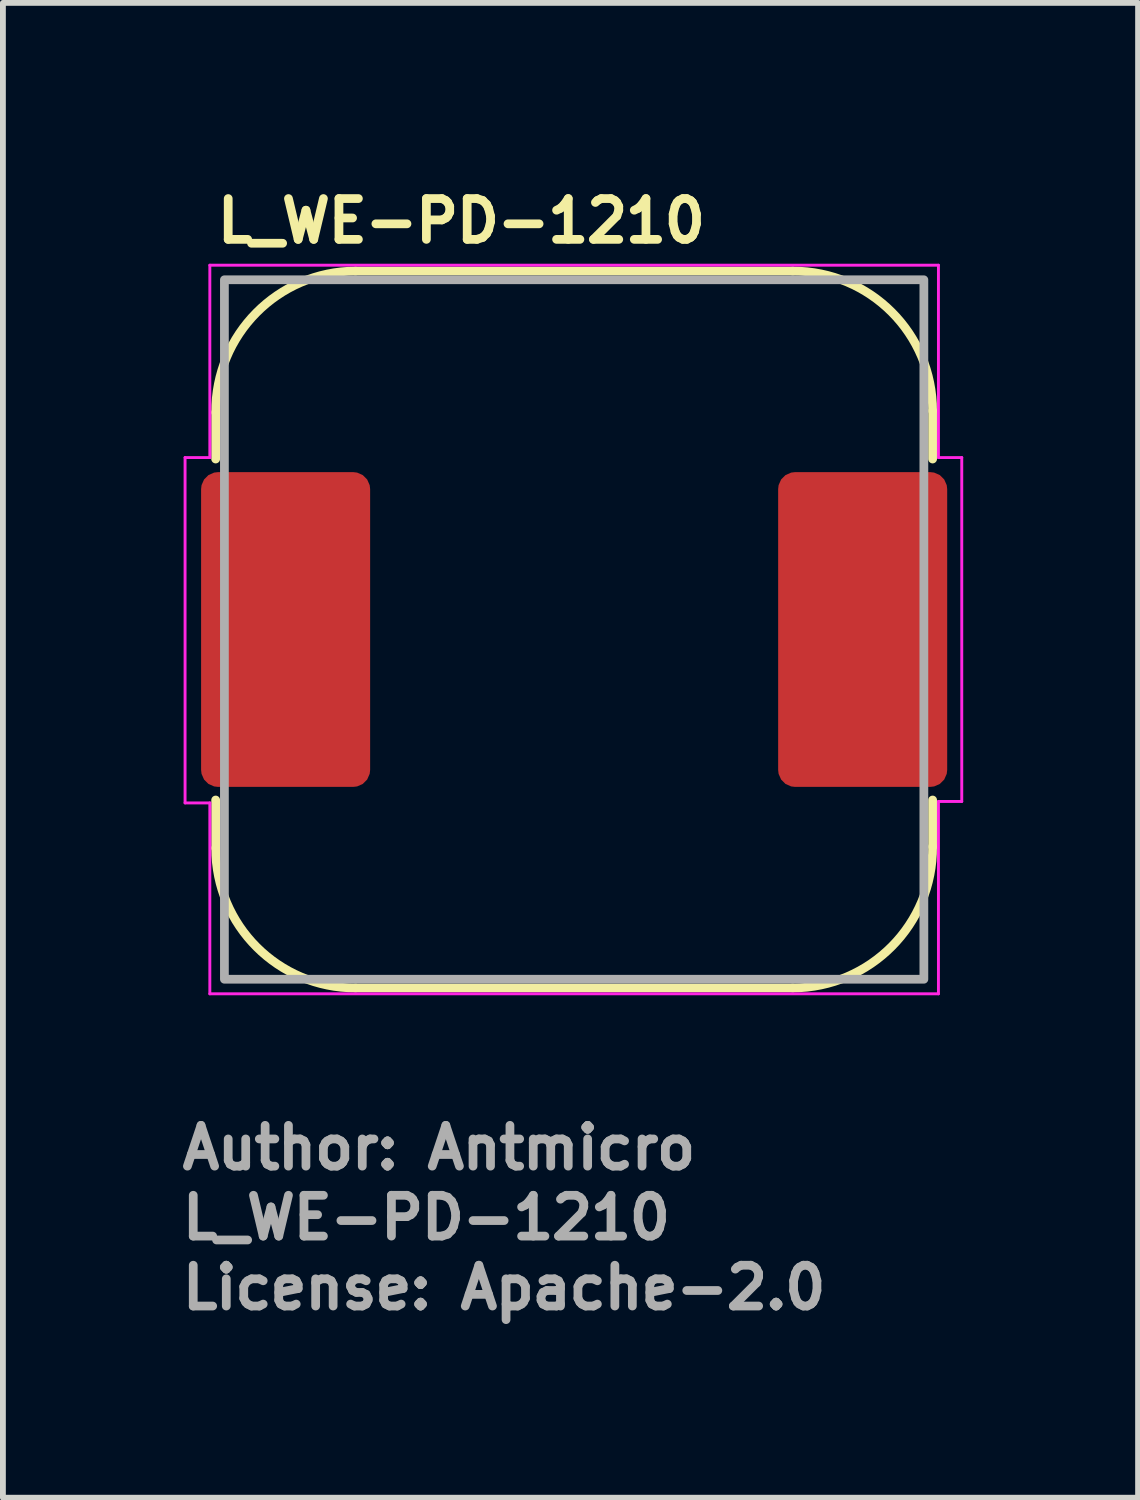
<source format=kicad_pcb>
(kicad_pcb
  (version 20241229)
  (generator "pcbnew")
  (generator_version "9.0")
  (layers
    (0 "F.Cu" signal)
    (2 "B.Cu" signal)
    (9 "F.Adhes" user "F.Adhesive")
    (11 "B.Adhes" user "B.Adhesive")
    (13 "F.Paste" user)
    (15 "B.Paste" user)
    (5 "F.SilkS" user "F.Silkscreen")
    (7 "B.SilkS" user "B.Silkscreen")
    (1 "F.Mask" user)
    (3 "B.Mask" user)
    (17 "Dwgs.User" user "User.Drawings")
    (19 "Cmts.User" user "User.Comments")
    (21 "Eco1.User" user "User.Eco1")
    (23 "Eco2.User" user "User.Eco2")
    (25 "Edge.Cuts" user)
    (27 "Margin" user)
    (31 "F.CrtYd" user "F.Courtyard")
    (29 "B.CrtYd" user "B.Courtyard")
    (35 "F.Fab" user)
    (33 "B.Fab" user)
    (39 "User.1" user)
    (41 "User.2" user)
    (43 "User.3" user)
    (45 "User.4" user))
  (footprint "L_WE-PD-1210"
    (layer "F.Cu")
    (at 6.8 7.75)
    (property "Reference" "L_WE-PD-1210" (at -6.2 -6.6 0) (layer "F.SilkS") (effects (font (size 0.7 0.7) (thickness 0.15)) (justify left bottom)))
    (attr smd)
    (fp_line (start -6.15 -3.725) (end -6.15 -2.925) (stroke (width 0.15) (type solid)) (layer "F.SilkS"))
    (fp_line (start -6.15 3.75) (end -6.15 2.925) (stroke (width 0.15) (type solid)) (layer "F.SilkS"))
    (fp_line (start -3.75 -6.15) (end 3.75 -6.15) (stroke (width 0.15) (type solid)) (layer "F.SilkS"))
    (fp_line (start 3.75 6.15) (end -3.75 6.15) (stroke (width 0.15) (type solid)) (layer "F.SilkS"))
    (fp_line (start 6.15 -3.75) (end 6.15 -2.925) (stroke (width 0.15) (type solid)) (layer "F.SilkS"))
    (fp_line (start 6.15 3.725) (end 6.15 2.925) (stroke (width 0.15) (type solid)) (layer "F.SilkS"))
    (fp_arc (start -6.15 -3.725) (mid -5.452234 -5.434556) (end -3.75 -6.15) (stroke (width 0.15) (type solid)) (layer "F.SilkS"))
    (fp_arc (start -3.75 6.15) (mid -5.447056 5.447056) (end -6.15 3.75) (stroke (width 0.15) (type solid)) (layer "F.SilkS"))
    (fp_arc (start 3.75 -6.15) (mid 5.447056 -5.447056) (end 6.15 -3.75) (stroke (width 0.15) (type solid)) (layer "F.SilkS"))
    (fp_arc (start 6.15 3.725) (mid 5.452234 5.434556) (end 3.75 6.15) (stroke (width 0.15) (type solid)) (layer "F.SilkS"))
    (fp_line (start -6.675 -2.95) (end -6.675 2.975) (stroke (width 0.05) (type solid)) (layer "F.CrtYd"))
    (fp_line (start -6.675 2.975) (end -6.25 2.975) (stroke (width 0.05) (type solid)) (layer "F.CrtYd"))
    (fp_line (start -6.25 -6.25) (end -6.25 -2.95) (stroke (width 0.05) (type solid)) (layer "F.CrtYd"))
    (fp_line (start -6.25 -2.95) (end -6.675 -2.95) (stroke (width 0.05) (type solid)) (layer "F.CrtYd"))
    (fp_line (start -6.25 2.975) (end -6.25 6.25) (stroke (width 0.05) (type solid)) (layer "F.CrtYd"))
    (fp_line (start -6.25 6.25) (end 6.25 6.25) (stroke (width 0.05) (type solid)) (layer "F.CrtYd"))
    (fp_line (start 6.25 -6.25) (end -6.25 -6.25) (stroke (width 0.05) (type solid)) (layer "F.CrtYd"))
    (fp_line (start 6.25 -2.95) (end 6.25 -6.25) (stroke (width 0.05) (type solid)) (layer "F.CrtYd"))
    (fp_line (start 6.25 2.95) (end 6.65 2.95) (stroke (width 0.05) (type solid)) (layer "F.CrtYd"))
    (fp_line (start 6.25 6.25) (end 6.25 2.95) (stroke (width 0.05) (type solid)) (layer "F.CrtYd"))
    (fp_line (start 6.65 -2.95) (end 6.25 -2.95) (stroke (width 0.05) (type solid)) (layer "F.CrtYd"))
    (fp_line (start 6.65 2.95) (end 6.65 -2.95) (stroke (width 0.05) (type solid)) (layer "F.CrtYd"))
    (fp_rect (start -6 -6) (end 6 6) (stroke (width 0.15) (type solid)) (fill no) (layer "F.Fab"))
    (fp_rect (start -6 -6) (end 6 6) (stroke (width 0.1) (type solid)) (fill no) (layer "User.5"))
    (fp_line (start -6 -3.75) (end -6 3.75) (stroke (width 0.02) (type solid)) (layer "User.9"))
    (fp_line (start -6 3.75) (end -5.997 3.861) (stroke (width 0.02) (type solid)) (layer "User.9"))
    (fp_line (start -5.997 -3.861) (end -6 -3.75) (stroke (width 0.02) (type solid)) (layer "User.9"))
    (fp_line (start -5.997 3.861) (end -5.988 3.972) (stroke (width 0.02) (type solid)) (layer "User.9"))
    (fp_line (start -5.988 -3.972) (end -5.997 -3.861) (stroke (width 0.02) (type solid)) (layer "User.9"))
    (fp_line (start -5.988 3.972) (end -5.974 4.081) (stroke (width 0.02) (type solid)) (layer "User.9"))
    (fp_line (start -5.974 -4.081) (end -5.988 -3.972) (stroke (width 0.02) (type solid)) (layer "User.9"))
    (fp_line (start -5.974 4.081) (end -5.956 4.191) (stroke (width 0.02) (type solid)) (layer "User.9"))
    (fp_line (start -5.956 -4.191) (end -5.974 -4.081) (stroke (width 0.02) (type solid)) (layer "User.9"))
    (fp_line (start -5.956 4.191) (end -5.932 4.298) (stroke (width 0.02) (type solid)) (layer "User.9"))
    (fp_line (start -5.932 -4.298) (end -5.956 -4.191) (stroke (width 0.02) (type solid)) (layer "User.9"))
    (fp_line (start -5.932 4.298) (end -5.902 4.404) (stroke (width 0.02) (type solid)) (layer "User.9"))
    (fp_line (start -5.902 -4.404) (end -5.932 -4.298) (stroke (width 0.02) (type solid)) (layer "User.9"))
    (fp_line (start -5.902 4.404) (end -5.868 4.508) (stroke (width 0.02) (type solid)) (layer "User.9"))
    (fp_line (start -5.868 -4.508) (end -5.902 -4.404) (stroke (width 0.02) (type solid)) (layer "User.9"))
    (fp_line (start -5.868 4.508) (end -5.828 4.611) (stroke (width 0.02) (type solid)) (layer "User.9"))
    (fp_line (start -5.828 -4.611) (end -5.868 -4.508) (stroke (width 0.02) (type solid)) (layer "User.9"))
    (fp_line (start -5.828 4.611) (end -5.784 4.711) (stroke (width 0.02) (type solid)) (layer "User.9"))
    (fp_line (start -5.784 -4.711) (end -5.828 -4.611) (stroke (width 0.02) (type solid)) (layer "User.9"))
    (fp_line (start -5.784 4.711) (end -5.734 4.809) (stroke (width 0.02) (type solid)) (layer "User.9"))
    (fp_line (start -5.734 -4.809) (end -5.784 -4.711) (stroke (width 0.02) (type solid)) (layer "User.9"))
    (fp_line (start -5.734 4.809) (end -5.68 4.905) (stroke (width 0.02) (type solid)) (layer "User.9"))
    (fp_line (start -5.68 -4.905) (end -5.734 -4.809) (stroke (width 0.02) (type solid)) (layer "User.9"))
    (fp_line (start -5.68 4.905) (end -5.621 4.998) (stroke (width 0.02) (type solid)) (layer "User.9"))
    (fp_line (start -5.621 -4.998) (end -5.68 -4.905) (stroke (width 0.02) (type solid)) (layer "User.9"))
    (fp_line (start -5.621 4.998) (end -5.558 5.088) (stroke (width 0.02) (type solid)) (layer "User.9"))
    (fp_line (start -5.558 -5.088) (end -5.621 -4.998) (stroke (width 0.02) (type solid)) (layer "User.9"))
    (fp_line (start -5.558 5.088) (end -5.49 5.175) (stroke (width 0.02) (type solid)) (layer "User.9"))
    (fp_line (start -5.49 -5.175) (end -5.558 -5.088) (stroke (width 0.02) (type solid)) (layer "User.9"))
    (fp_line (start -5.49 5.175) (end -5.417 5.26) (stroke (width 0.02) (type solid)) (layer "User.9"))
    (fp_line (start -5.417 -5.26) (end -5.49 -5.175) (stroke (width 0.02) (type solid)) (layer "User.9"))
    (fp_line (start -5.417 5.26) (end -5.34 5.34) (stroke (width 0.02) (type solid)) (layer "User.9"))
    (fp_line (start -5.34 -5.34) (end -5.417 -5.26) (stroke (width 0.02) (type solid)) (layer "User.9"))
    (fp_line (start -5.34 5.34) (end -5.26 5.417) (stroke (width 0.02) (type solid)) (layer "User.9"))
    (fp_line (start -5.299 0) (end -5.288 0.345) (stroke (width 0.02) (type solid)) (layer "User.9"))
    (fp_line (start -5.288 -0.345) (end -5.299 0) (stroke (width 0.02) (type solid)) (layer "User.9"))
    (fp_line (start -5.288 0.345) (end -5.253 0.692) (stroke (width 0.02) (type solid)) (layer "User.9"))
    (fp_line (start -5.26 -5.417) (end -5.34 -5.34) (stroke (width 0.02) (type solid)) (layer "User.9"))
    (fp_line (start -5.26 5.417) (end -5.175 5.49) (stroke (width 0.02) (type solid)) (layer "User.9"))
    (fp_line (start -5.253 -0.692) (end -5.288 -0.345) (stroke (width 0.02) (type solid)) (layer "User.9"))
    (fp_line (start -5.253 0.692) (end -5.197 1.038) (stroke (width 0.02) (type solid)) (layer "User.9"))
    (fp_line (start -5.197 -1.038) (end -5.253 -0.692) (stroke (width 0.02) (type solid)) (layer "User.9"))
    (fp_line (start -5.197 1.038) (end -5.117 1.377) (stroke (width 0.02) (type solid)) (layer "User.9"))
    (fp_line (start -5.175 -5.49) (end -5.26 -5.417) (stroke (width 0.02) (type solid)) (layer "User.9"))
    (fp_line (start -5.175 5.49) (end -5.088 5.558) (stroke (width 0.02) (type solid)) (layer "User.9"))
    (fp_line (start -5.117 -1.377) (end -5.197 -1.038) (stroke (width 0.02) (type solid)) (layer "User.9"))
    (fp_line (start -5.117 1.377) (end -5.015 1.714) (stroke (width 0.02) (type solid)) (layer "User.9"))
    (fp_line (start -5.088 -5.558) (end -5.175 -5.49) (stroke (width 0.02) (type solid)) (layer "User.9"))
    (fp_line (start -5.088 5.558) (end -4.998 5.621) (stroke (width 0.02) (type solid)) (layer "User.9"))
    (fp_line (start -5.015 -1.714) (end -5.117 -1.377) (stroke (width 0.02) (type solid)) (layer "User.9"))
    (fp_line (start -5.015 1.714) (end -4.889 2.044) (stroke (width 0.02) (type solid)) (layer "User.9"))
    (fp_line (start -4.998 -5.621) (end -5.088 -5.558) (stroke (width 0.02) (type solid)) (layer "User.9"))
    (fp_line (start -4.998 5.621) (end -4.905 5.68) (stroke (width 0.02) (type solid)) (layer "User.9"))
    (fp_line (start -4.95 0) (end -4.942 0.254) (stroke (width 0.02) (type solid)) (layer "User.9"))
    (fp_line (start -4.947 -3.749) (end -4.946 -3.69) (stroke (width 0.02) (type solid)) (layer "User.9"))
    (fp_line (start -4.947 3.749) (end -4.945 3.806) (stroke (width 0.02) (type solid)) (layer "User.9"))
    (fp_line (start -4.946 -3.69) (end -4.942 -3.634) (stroke (width 0.02) (type solid)) (layer "User.9"))
    (fp_line (start -4.946 3.69) (end -4.947 3.749) (stroke (width 0.02) (type solid)) (layer "User.9"))
    (fp_line (start -4.945 -3.806) (end -4.947 -3.749) (stroke (width 0.02) (type solid)) (layer "User.9"))
    (fp_line (start -4.945 3.806) (end -4.941 3.863) (stroke (width 0.02) (type solid)) (layer "User.9"))
    (fp_line (start -4.942 -3.634) (end -4.934 -3.577) (stroke (width 0.02) (type solid)) (layer "User.9"))
    (fp_line (start -4.942 -0.254) (end -4.95 0) (stroke (width 0.02) (type solid)) (layer "User.9"))
    (fp_line (start -4.942 0.254) (end -4.924 0.506) (stroke (width 0.02) (type solid)) (layer "User.9"))
    (fp_line (start -4.942 3.634) (end -4.946 3.69) (stroke (width 0.02) (type solid)) (layer "User.9"))
    (fp_line (start -4.941 -3.863) (end -4.945 -3.806) (stroke (width 0.02) (type solid)) (layer "User.9"))
    (fp_line (start -4.941 3.863) (end -4.934 3.92) (stroke (width 0.02) (type solid)) (layer "User.9"))
    (fp_line (start -4.934 -3.92) (end -4.941 -3.863) (stroke (width 0.02) (type solid)) (layer "User.9"))
    (fp_line (start -4.934 -3.577) (end -4.925 -3.52) (stroke (width 0.02) (type solid)) (layer "User.9"))
    (fp_line (start -4.934 3.577) (end -4.942 3.634) (stroke (width 0.02) (type solid)) (layer "User.9"))
    (fp_line (start -4.934 3.92) (end -4.925 3.977) (stroke (width 0.02) (type solid)) (layer "User.9"))
    (fp_line (start -4.925 -3.977) (end -4.934 -3.92) (stroke (width 0.02) (type solid)) (layer "User.9"))
    (fp_line (start -4.925 -3.52) (end -4.913 -3.463) (stroke (width 0.02) (type solid)) (layer "User.9"))
    (fp_line (start -4.925 3.52) (end -4.934 3.577) (stroke (width 0.02) (type solid)) (layer "User.9"))
    (fp_line (start -4.925 3.977) (end -4.912 4.033) (stroke (width 0.02) (type solid)) (layer "User.9"))
    (fp_line (start -4.924 -0.506) (end -4.942 -0.254) (stroke (width 0.02) (type solid)) (layer "User.9"))
    (fp_line (start -4.924 0.506) (end -4.892 0.753) (stroke (width 0.02) (type solid)) (layer "User.9"))
    (fp_line (start -4.913 -3.463) (end -4.898 -3.407) (stroke (width 0.02) (type solid)) (layer "User.9"))
    (fp_line (start -4.913 3.463) (end -4.925 3.52) (stroke (width 0.02) (type solid)) (layer "User.9"))
    (fp_line (start -4.912 -4.033) (end -4.925 -3.977) (stroke (width 0.02) (type solid)) (layer "User.9"))
    (fp_line (start -4.912 4.033) (end -4.897 4.09) (stroke (width 0.02) (type solid)) (layer "User.9"))
    (fp_line (start -4.905 -5.68) (end -4.998 -5.621) (stroke (width 0.02) (type solid)) (layer "User.9"))
    (fp_line (start -4.905 5.68) (end -4.809 5.734) (stroke (width 0.02) (type solid)) (layer "User.9"))
    (fp_line (start -4.898 -3.407) (end -4.88 -3.352) (stroke (width 0.02) (type solid)) (layer "User.9"))
    (fp_line (start -4.898 3.407) (end -4.913 3.463) (stroke (width 0.02) (type solid)) (layer "User.9"))
    (fp_line (start -4.897 -4.09) (end -4.912 -4.033) (stroke (width 0.02) (type solid)) (layer "User.9"))
    (fp_line (start -4.897 4.09) (end -4.878 4.144) (stroke (width 0.02) (type solid)) (layer "User.9"))
    (fp_line (start -4.892 -0.753) (end -4.924 -0.506) (stroke (width 0.02) (type solid)) (layer "User.9"))
    (fp_line (start -4.892 0.753) (end -4.849 0.997) (stroke (width 0.02) (type solid)) (layer "User.9"))
    (fp_line (start -4.889 -2.044) (end -5.015 -1.714) (stroke (width 0.02) (type solid)) (layer "User.9"))
    (fp_line (start -4.889 2.044) (end -4.741 2.368) (stroke (width 0.02) (type solid)) (layer "User.9"))
    (fp_line (start -4.88 -3.352) (end -4.86 -3.298) (stroke (width 0.02) (type solid)) (layer "User.9"))
    (fp_line (start -4.88 3.352) (end -4.898 3.407) (stroke (width 0.02) (type solid)) (layer "User.9"))
    (fp_line (start -4.878 -4.144) (end -4.897 -4.09) (stroke (width 0.02) (type solid)) (layer "User.9"))
    (fp_line (start -4.878 4.144) (end -4.859 4.199) (stroke (width 0.02) (type solid)) (layer "User.9"))
    (fp_line (start -4.86 -3.298) (end -4.837 -3.244) (stroke (width 0.02) (type solid)) (layer "User.9"))
    (fp_line (start -4.86 3.298) (end -4.88 3.352) (stroke (width 0.02) (type solid)) (layer "User.9"))
    (fp_line (start -4.859 -4.199) (end -4.878 -4.144) (stroke (width 0.02) (type solid)) (layer "User.9"))
    (fp_line (start -4.859 4.199) (end -4.835 4.253) (stroke (width 0.02) (type solid)) (layer "User.9"))
    (fp_line (start -4.849 -0.997) (end -4.892 -0.753) (stroke (width 0.02) (type solid)) (layer "User.9"))
    (fp_line (start -4.849 0.997) (end -4.793 1.237) (stroke (width 0.02) (type solid)) (layer "User.9"))
    (fp_line (start -4.837 -3.244) (end -4.811 -3.19) (stroke (width 0.02) (type solid)) (layer "User.9"))
    (fp_line (start -4.837 3.244) (end -4.86 3.298) (stroke (width 0.02) (type solid)) (layer "User.9"))
    (fp_line (start -4.835 -4.253) (end -4.859 -4.199) (stroke (width 0.02) (type solid)) (layer "User.9"))
    (fp_line (start -4.835 4.253) (end -4.809 4.306) (stroke (width 0.02) (type solid)) (layer "User.9"))
    (fp_line (start -4.811 -3.19) (end -4.782 -3.14) (stroke (width 0.02) (type solid)) (layer "User.9"))
    (fp_line (start -4.811 3.19) (end -4.837 3.244) (stroke (width 0.02) (type solid)) (layer "User.9"))
    (fp_line (start -4.809 -5.734) (end -4.905 -5.68) (stroke (width 0.02) (type solid)) (layer "User.9"))
    (fp_line (start -4.809 -4.306) (end -4.835 -4.253) (stroke (width 0.02) (type solid)) (layer "User.9"))
    (fp_line (start -4.809 4.306) (end -4.781 4.357) (stroke (width 0.02) (type solid)) (layer "User.9"))
    (fp_line (start -4.809 5.734) (end -4.711 5.784) (stroke (width 0.02) (type solid)) (layer "User.9"))
    (fp_line (start -4.793 -1.237) (end -4.849 -0.997) (stroke (width 0.02) (type solid)) (layer "User.9"))
    (fp_line (start -4.793 1.237) (end -4.727 1.471) (stroke (width 0.02) (type solid)) (layer "User.9"))
    (fp_line (start -4.782 -3.14) (end -4.751 -3.089) (stroke (width 0.02) (type solid)) (layer "User.9"))
    (fp_line (start -4.782 3.14) (end -4.811 3.19) (stroke (width 0.02) (type solid)) (layer "User.9"))
    (fp_line (start -4.781 -4.357) (end -4.809 -4.306) (stroke (width 0.02) (type solid)) (layer "User.9"))
    (fp_line (start -4.781 4.357) (end -4.749 4.408) (stroke (width 0.02) (type solid)) (layer "User.9"))
    (fp_line (start -4.751 -3.089) (end -4.716 -3.04) (stroke (width 0.02) (type solid)) (layer "User.9"))
    (fp_line (start -4.751 3.089) (end -4.782 3.14) (stroke (width 0.02) (type solid)) (layer "User.9"))
    (fp_line (start -4.749 -4.408) (end -4.781 -4.357) (stroke (width 0.02) (type solid)) (layer "User.9"))
    (fp_line (start -4.749 4.408) (end -4.715 4.457) (stroke (width 0.02) (type solid)) (layer "User.9"))
    (fp_line (start -4.741 -2.368) (end -4.889 -2.044) (stroke (width 0.02) (type solid)) (layer "User.9"))
    (fp_line (start -4.741 2.368) (end -4.57 2.683) (stroke (width 0.02) (type solid)) (layer "User.9"))
    (fp_line (start -4.74 0) (end -4.733 0.243) (stroke (width 0.02) (type solid)) (layer "User.9"))
    (fp_line (start -4.733 -0.243) (end -4.74 0) (stroke (width 0.02) (type solid)) (layer "User.9"))
    (fp_line (start -4.733 0.243) (end -4.715 0.484) (stroke (width 0.02) (type solid)) (layer "User.9"))
    (fp_line (start -4.727 -1.471) (end -4.793 -1.237) (stroke (width 0.02) (type solid)) (layer "User.9"))
    (fp_line (start -4.727 1.471) (end -4.649 1.701) (stroke (width 0.02) (type solid)) (layer "User.9"))
    (fp_line (start -4.716 -3.04) (end -4.68 -2.992) (stroke (width 0.02) (type solid)) (layer "User.9"))
    (fp_line (start -4.716 3.04) (end -4.751 3.089) (stroke (width 0.02) (type solid)) (layer "User.9"))
    (fp_line (start -4.715 -4.457) (end -4.749 -4.408) (stroke (width 0.02) (type solid)) (layer "User.9"))
    (fp_line (start -4.715 -0.484) (end -4.733 -0.243) (stroke (width 0.02) (type solid)) (layer "User.9"))
    (fp_line (start -4.715 0.484) (end -4.684 0.721) (stroke (width 0.02) (type solid)) (layer "User.9"))
    (fp_line (start -4.715 4.457) (end -4.678 4.503) (stroke (width 0.02) (type solid)) (layer "User.9"))
    (fp_line (start -4.711 -5.784) (end -4.809 -5.734) (stroke (width 0.02) (type solid)) (layer "User.9"))
    (fp_line (start -4.711 5.784) (end -4.611 5.828) (stroke (width 0.02) (type solid)) (layer "User.9"))
    (fp_line (start -4.684 -0.721) (end -4.715 -0.484) (stroke (width 0.02) (type solid)) (layer "User.9"))
    (fp_line (start -4.684 0.721) (end -4.643 0.953) (stroke (width 0.02) (type solid)) (layer "User.9"))
    (fp_line (start -4.68 -2.992) (end -4.64 -2.946) (stroke (width 0.02) (type solid)) (layer "User.9"))
    (fp_line (start -4.68 2.992) (end -4.716 3.04) (stroke (width 0.02) (type solid)) (layer "User.9"))
    (fp_line (start -4.678 -4.503) (end -4.715 -4.457) (stroke (width 0.02) (type solid)) (layer "User.9"))
    (fp_line (start -4.678 4.503) (end -4.638 4.551) (stroke (width 0.02) (type solid)) (layer "User.9"))
    (fp_line (start -4.649 -1.701) (end -4.727 -1.471) (stroke (width 0.02) (type solid)) (layer "User.9"))
    (fp_line (start -4.649 1.701) (end -4.561 1.926) (stroke (width 0.02) (type solid)) (layer "User.9"))
    (fp_line (start -4.643 -0.953) (end -4.684 -0.721) (stroke (width 0.02) (type solid)) (layer "User.9"))
    (fp_line (start -4.643 0.953) (end -4.59 1.184) (stroke (width 0.02) (type solid)) (layer "User.9"))
    (fp_line (start -4.64 -2.946) (end -4.598 -2.9) (stroke (width 0.02) (type solid)) (layer "User.9"))
    (fp_line (start -4.64 2.946) (end -4.68 2.992) (stroke (width 0.02) (type solid)) (layer "User.9"))
    (fp_line (start -4.638 -4.551) (end -4.678 -4.503) (stroke (width 0.02) (type solid)) (layer "User.9"))
    (fp_line (start -4.638 4.551) (end -4.595 4.595) (stroke (width 0.02) (type solid)) (layer "User.9"))
    (fp_line (start -4.611 -5.828) (end -4.711 -5.784) (stroke (width 0.02) (type solid)) (layer "User.9"))
    (fp_line (start -4.611 5.828) (end -4.508 5.868) (stroke (width 0.02) (type solid)) (layer "User.9"))
    (fp_line (start -4.598 2.9) (end -4.64 2.946) (stroke (width 0.02) (type solid)) (layer "User.9"))
    (fp_line (start -4.598 2.9) (end -4.593 2.895) (stroke (width 0.02) (type solid)) (layer "User.9"))
    (fp_line (start -4.595 -4.595) (end -4.638 -4.551) (stroke (width 0.02) (type solid)) (layer "User.9"))
    (fp_line (start -4.595 4.595) (end -4.551 4.638) (stroke (width 0.02) (type solid)) (layer "User.9"))
    (fp_line (start -4.593 2.895) (end -4.588 2.89) (stroke (width 0.02) (type solid)) (layer "User.9"))
    (fp_line (start -4.59 -1.184) (end -4.643 -0.953) (stroke (width 0.02) (type solid)) (layer "User.9"))
    (fp_line (start -4.59 1.184) (end -4.526 1.409) (stroke (width 0.02) (type solid)) (layer "User.9"))
    (fp_line (start -4.588 -2.89) (end -4.598 -2.9) (stroke (width 0.02) (type solid)) (layer "User.9"))
    (fp_line (start -4.588 2.89) (end -4.583 2.884) (stroke (width 0.02) (type solid)) (layer "User.9"))
    (fp_line (start -4.583 2.884) (end -4.578 2.878) (stroke (width 0.02) (type solid)) (layer "User.9"))
    (fp_line (start -4.578 -2.878) (end -4.588 -2.89) (stroke (width 0.02) (type solid)) (layer "User.9"))
    (fp_line (start -4.578 2.878) (end -4.574 2.871) (stroke (width 0.02) (type solid)) (layer "User.9"))
    (fp_line (start -4.574 2.871) (end -4.57 2.865) (stroke (width 0.02) (type solid)) (layer "User.9"))
    (fp_line (start -4.57 -2.865) (end -4.578 -2.878) (stroke (width 0.02) (type solid)) (layer "User.9"))
    (fp_line (start -4.57 -2.683) (end -4.741 -2.368) (stroke (width 0.02) (type solid)) (layer "User.9"))
    (fp_line (start -4.57 -2.683) (end -4.563 -2.696) (stroke (width 0.02) (type solid)) (layer "User.9"))
    (fp_line (start -4.57 2.865) (end -4.567 2.859) (stroke (width 0.02) (type solid)) (layer "User.9"))
    (fp_line (start -4.567 2.859) (end -4.563 2.852) (stroke (width 0.02) (type solid)) (layer "User.9"))
    (fp_line (start -4.566 2.689) (end -4.57 2.683) (stroke (width 0.02) (type solid)) (layer "User.9"))
    (fp_line (start -4.563 -2.852) (end -4.57 -2.865) (stroke (width 0.02) (type solid)) (layer "User.9"))
    (fp_line (start -4.563 -2.696) (end -4.557 -2.71) (stroke (width 0.02) (type solid)) (layer "User.9"))
    (fp_line (start -4.563 2.696) (end -4.566 2.689) (stroke (width 0.02) (type solid)) (layer "User.9"))
    (fp_line (start -4.563 2.852) (end -4.559 2.845) (stroke (width 0.02) (type solid)) (layer "User.9"))
    (fp_line (start -4.561 -1.926) (end -4.649 -1.701) (stroke (width 0.02) (type solid)) (layer "User.9"))
    (fp_line (start -4.561 1.926) (end -4.461 2.146) (stroke (width 0.02) (type solid)) (layer "User.9"))
    (fp_line (start -4.559 2.703) (end -4.563 2.696) (stroke (width 0.02) (type solid)) (layer "User.9"))
    (fp_line (start -4.559 2.845) (end -4.557 2.839) (stroke (width 0.02) (type solid)) (layer "User.9"))
    (fp_line (start -4.557 -2.839) (end -4.563 -2.852) (stroke (width 0.02) (type solid)) (layer "User.9"))
    (fp_line (start -4.557 -2.71) (end -4.551 -2.724) (stroke (width 0.02) (type solid)) (layer "User.9"))
    (fp_line (start -4.557 2.71) (end -4.559 2.703) (stroke (width 0.02) (type solid)) (layer "User.9"))
    (fp_line (start -4.557 2.839) (end -4.555 2.832) (stroke (width 0.02) (type solid)) (layer "User.9"))
    (fp_line (start -4.555 2.717) (end -4.557 2.71) (stroke (width 0.02) (type solid)) (layer "User.9"))
    (fp_line (start -4.555 2.832) (end -4.553 2.825) (stroke (width 0.02) (type solid)) (layer "User.9"))
    (fp_line (start -4.553 -2.825) (end -4.557 -2.839) (stroke (width 0.02) (type solid)) (layer "User.9"))
    (fp_line (start -4.553 2.825) (end -4.549 2.811) (stroke (width 0.02) (type solid)) (layer "User.9"))
    (fp_line (start -4.551 -4.638) (end -4.595 -4.595) (stroke (width 0.02) (type solid)) (layer "User.9"))
    (fp_line (start -4.551 -2.724) (end -4.549 -2.738) (stroke (width 0.02) (type solid)) (layer "User.9"))
    (fp_line (start -4.551 2.724) (end -4.555 2.717) (stroke (width 0.02) (type solid)) (layer "User.9"))
    (fp_line (start -4.551 4.638) (end -4.503 4.678) (stroke (width 0.02) (type solid)) (layer "User.9"))
    (fp_line (start -4.55 2.731) (end -4.551 2.724) (stroke (width 0.02) (type solid)) (layer "User.9"))
    (fp_line (start -4.549 -2.811) (end -4.553 -2.825) (stroke (width 0.02) (type solid)) (layer "User.9"))
    (fp_line (start -4.549 -2.738) (end -4.547 -2.753) (stroke (width 0.02) (type solid)) (layer "User.9"))
    (fp_line (start -4.549 2.738) (end -4.55 2.731) (stroke (width 0.02) (type solid)) (layer "User.9"))
    (fp_line (start -4.549 2.811) (end -4.547 2.795) (stroke (width 0.02) (type solid)) (layer "User.9"))
    (fp_line (start -4.548 2.746) (end -4.549 2.738) (stroke (width 0.02) (type solid)) (layer "User.9"))
    (fp_line (start -4.547 -2.795) (end -4.549 -2.811) (stroke (width 0.02) (type solid)) (layer "User.9"))
    (fp_line (start -4.547 -2.753) (end -4.545 -2.767) (stroke (width 0.02) (type solid)) (layer "User.9"))
    (fp_line (start -4.547 2.753) (end -4.548 2.746) (stroke (width 0.02) (type solid)) (layer "User.9"))
    (fp_line (start -4.547 2.795) (end -4.546 2.782) (stroke (width 0.02) (type solid)) (layer "User.9"))
    (fp_line (start -4.546 -2.782) (end -4.547 -2.795) (stroke (width 0.02) (type solid)) (layer "User.9"))
    (fp_line (start -4.546 2.759) (end -4.547 2.753) (stroke (width 0.02) (type solid)) (layer "User.9"))
    (fp_line (start -4.546 2.782) (end -4.545 2.767) (stroke (width 0.02) (type solid)) (layer "User.9"))
    (fp_line (start -4.545 -2.767) (end -4.546 -2.782) (stroke (width 0.02) (type solid)) (layer "User.9"))
    (fp_line (start -4.545 2.767) (end -4.546 2.759) (stroke (width 0.02) (type solid)) (layer "User.9"))
    (fp_line (start -4.53 0) (end -4.524 0.233) (stroke (width 0.02) (type solid)) (layer "User.9"))
    (fp_line (start -4.526 -1.409) (end -4.59 -1.184) (stroke (width 0.02) (type solid)) (layer "User.9"))
    (fp_line (start -4.526 1.409) (end -4.452 1.629) (stroke (width 0.02) (type solid)) (layer "User.9"))
    (fp_line (start -4.524 -0.233) (end -4.53 0) (stroke (width 0.02) (type solid)) (layer "User.9"))
    (fp_line (start -4.524 0.233) (end -4.506 0.463) (stroke (width 0.02) (type solid)) (layer "User.9"))
    (fp_line (start -4.508 -5.868) (end -4.611 -5.828) (stroke (width 0.02) (type solid)) (layer "User.9"))
    (fp_line (start -4.508 5.868) (end -4.404 5.902) (stroke (width 0.02) (type solid)) (layer "User.9"))
    (fp_line (start -4.506 -0.463) (end -4.524 -0.233) (stroke (width 0.02) (type solid)) (layer "User.9"))
    (fp_line (start -4.506 0.463) (end -4.477 0.687) (stroke (width 0.02) (type solid)) (layer "User.9"))
    (fp_line (start -4.503 -4.678) (end -4.551 -4.638) (stroke (width 0.02) (type solid)) (layer "User.9"))
    (fp_line (start -4.503 4.678) (end -4.457 4.715) (stroke (width 0.02) (type solid)) (layer "User.9"))
    (fp_line (start -4.477 -0.687) (end -4.506 -0.463) (stroke (width 0.02) (type solid)) (layer "User.9"))
    (fp_line (start -4.477 0.687) (end -4.437 0.912) (stroke (width 0.02) (type solid)) (layer "User.9"))
    (fp_line (start -4.461 -2.146) (end -4.561 -1.926) (stroke (width 0.02) (type solid)) (layer "User.9"))
    (fp_line (start -4.461 2.146) (end -4.352 2.359) (stroke (width 0.02) (type solid)) (layer "User.9"))
    (fp_line (start -4.457 -4.715) (end -4.503 -4.678) (stroke (width 0.02) (type solid)) (layer "User.9"))
    (fp_line (start -4.457 4.715) (end -4.408 4.749) (stroke (width 0.02) (type solid)) (layer "User.9"))
    (fp_line (start -4.452 -1.629) (end -4.526 -1.409) (stroke (width 0.02) (type solid)) (layer "User.9"))
    (fp_line (start -4.452 1.629) (end -4.367 1.845) (stroke (width 0.02) (type solid)) (layer "User.9"))
    (fp_line (start -4.437 -0.912) (end -4.477 -0.687) (stroke (width 0.02) (type solid)) (layer "User.9"))
    (fp_line (start -4.437 0.912) (end -4.386 1.131) (stroke (width 0.02) (type solid)) (layer "User.9"))
    (fp_line (start -4.408 -4.749) (end -4.457 -4.715) (stroke (width 0.02) (type solid)) (layer "User.9"))
    (fp_line (start -4.408 4.749) (end -4.357 4.781) (stroke (width 0.02) (type solid)) (layer "User.9"))
    (fp_line (start -4.404 -5.902) (end -4.508 -5.868) (stroke (width 0.02) (type solid)) (layer "User.9"))
    (fp_line (start -4.404 5.902) (end -4.298 5.932) (stroke (width 0.02) (type solid)) (layer "User.9"))
    (fp_line (start -4.386 -1.131) (end -4.437 -0.912) (stroke (width 0.02) (type solid)) (layer "User.9"))
    (fp_line (start -4.386 1.131) (end -4.325 1.347) (stroke (width 0.02) (type solid)) (layer "User.9"))
    (fp_line (start -4.367 -1.845) (end -4.452 -1.629) (stroke (width 0.02) (type solid)) (layer "User.9"))
    (fp_line (start -4.367 1.845) (end -4.272 2.054) (stroke (width 0.02) (type solid)) (layer "User.9"))
    (fp_line (start -4.357 -4.781) (end -4.408 -4.749) (stroke (width 0.02) (type solid)) (layer "User.9"))
    (fp_line (start -4.357 4.781) (end -4.306 4.809) (stroke (width 0.02) (type solid)) (layer "User.9"))
    (fp_line (start -4.352 -2.359) (end -4.461 -2.146) (stroke (width 0.02) (type solid)) (layer "User.9"))
    (fp_line (start -4.352 2.359) (end -4.233 2.566) (stroke (width 0.02) (type solid)) (layer "User.9"))
    (fp_line (start -4.325 -1.347) (end -4.386 -1.131) (stroke (width 0.02) (type solid)) (layer "User.9"))
    (fp_line (start -4.325 1.347) (end -4.255 1.557) (stroke (width 0.02) (type solid)) (layer "User.9"))
    (fp_line (start -4.306 -4.809) (end -4.357 -4.781) (stroke (width 0.02) (type solid)) (layer "User.9"))
    (fp_line (start -4.306 4.809) (end -4.253 4.835) (stroke (width 0.02) (type solid)) (layer "User.9"))
    (fp_line (start -4.298 -5.932) (end -4.404 -5.902) (stroke (width 0.02) (type solid)) (layer "User.9"))
    (fp_line (start -4.298 5.932) (end -4.191 5.956) (stroke (width 0.02) (type solid)) (layer "User.9"))
    (fp_line (start -4.272 -2.054) (end -4.367 -1.845) (stroke (width 0.02) (type solid)) (layer "User.9"))
    (fp_line (start -4.272 2.054) (end -4.167 2.259) (stroke (width 0.02) (type solid)) (layer "User.9"))
    (fp_line (start -4.255 -1.557) (end -4.325 -1.347) (stroke (width 0.02) (type solid)) (layer "User.9"))
    (fp_line (start -4.255 1.557) (end -4.174 1.762) (stroke (width 0.02) (type solid)) (layer "User.9"))
    (fp_line (start -4.253 -4.835) (end -4.306 -4.809) (stroke (width 0.02) (type solid)) (layer "User.9"))
    (fp_line (start -4.253 4.835) (end -4.199 4.859) (stroke (width 0.02) (type solid)) (layer "User.9"))
    (fp_line (start -4.233 -2.566) (end -4.352 -2.359) (stroke (width 0.02) (type solid)) (layer "User.9"))
    (fp_line (start -4.233 2.566) (end -4.104 2.767) (stroke (width 0.02) (type solid)) (layer "User.9"))
    (fp_line (start -4.199 -4.859) (end -4.253 -4.835) (stroke (width 0.02) (type solid)) (layer "User.9"))
    (fp_line (start -4.199 4.859) (end -4.144 4.878) (stroke (width 0.02) (type solid)) (layer "User.9"))
    (fp_line (start -4.191 -5.956) (end -4.298 -5.932) (stroke (width 0.02) (type solid)) (layer "User.9"))
    (fp_line (start -4.191 5.956) (end -4.081 5.974) (stroke (width 0.02) (type solid)) (layer "User.9"))
    (fp_line (start -4.174 -1.762) (end -4.255 -1.557) (stroke (width 0.02) (type solid)) (layer "User.9"))
    (fp_line (start -4.174 1.762) (end -4.083 1.963) (stroke (width 0.02) (type solid)) (layer "User.9"))
    (fp_line (start -4.167 -2.259) (end -4.272 -2.054) (stroke (width 0.02) (type solid)) (layer "User.9"))
    (fp_line (start -4.167 2.259) (end -4.053 2.457) (stroke (width 0.02) (type solid)) (layer "User.9"))
    (fp_line (start -4.144 -4.878) (end -4.199 -4.859) (stroke (width 0.02) (type solid)) (layer "User.9"))
    (fp_line (start -4.144 4.878) (end -4.09 4.897) (stroke (width 0.02) (type solid)) (layer "User.9"))
    (fp_line (start -4.104 -2.767) (end -4.233 -2.566) (stroke (width 0.02) (type solid)) (layer "User.9"))
    (fp_line (start -4.104 2.767) (end -3.966 2.961) (stroke (width 0.02) (type solid)) (layer "User.9"))
    (fp_line (start -4.09 -4.897) (end -4.144 -4.878) (stroke (width 0.02) (type solid)) (layer "User.9"))
    (fp_line (start -4.09 4.897) (end -4.033 4.912) (stroke (width 0.02) (type solid)) (layer "User.9"))
    (fp_line (start -4.083 -1.963) (end -4.174 -1.762) (stroke (width 0.02) (type solid)) (layer "User.9"))
    (fp_line (start -4.083 1.963) (end -3.983 2.158) (stroke (width 0.02) (type solid)) (layer "User.9"))
    (fp_line (start -4.081 -5.974) (end -4.191 -5.956) (stroke (width 0.02) (type solid)) (layer "User.9"))
    (fp_line (start -4.081 5.974) (end -3.972 5.988) (stroke (width 0.02) (type solid)) (layer "User.9"))
    (fp_line (start -4.053 -2.457) (end -4.167 -2.259) (stroke (width 0.02) (type solid)) (layer "User.9"))
    (fp_line (start -4.053 2.457) (end -3.93 2.65) (stroke (width 0.02) (type solid)) (layer "User.9"))
    (fp_line (start -4.033 -4.912) (end -4.09 -4.897) (stroke (width 0.02) (type solid)) (layer "User.9"))
    (fp_line (start -4.033 4.912) (end -3.977 4.925) (stroke (width 0.02) (type solid)) (layer "User.9"))
    (fp_line (start -3.983 -2.158) (end -4.083 -1.963) (stroke (width 0.02) (type solid)) (layer "User.9"))
    (fp_line (start -3.983 2.158) (end -3.874 2.348) (stroke (width 0.02) (type solid)) (layer "User.9"))
    (fp_line (start -3.977 -4.925) (end -4.033 -4.912) (stroke (width 0.02) (type solid)) (layer "User.9"))
    (fp_line (start -3.977 4.925) (end -3.92 4.934) (stroke (width 0.02) (type solid)) (layer "User.9"))
    (fp_line (start -3.972 -5.988) (end -4.081 -5.974) (stroke (width 0.02) (type solid)) (layer "User.9"))
    (fp_line (start -3.972 5.988) (end -3.861 5.997) (stroke (width 0.02) (type solid)) (layer "User.9"))
    (fp_line (start -3.966 -2.961) (end -4.104 -2.767) (stroke (width 0.02) (type solid)) (layer "User.9"))
    (fp_line (start -3.966 2.961) (end -3.819 3.148) (stroke (width 0.02) (type solid)) (layer "User.9"))
    (fp_line (start -3.93 -2.65) (end -4.053 -2.457) (stroke (width 0.02) (type solid)) (layer "User.9"))
    (fp_line (start -3.93 2.65) (end -3.798 2.836) (stroke (width 0.02) (type solid)) (layer "User.9"))
    (fp_line (start -3.92 -4.934) (end -3.977 -4.925) (stroke (width 0.02) (type solid)) (layer "User.9"))
    (fp_line (start -3.92 4.934) (end -3.863 4.941) (stroke (width 0.02) (type solid)) (layer "User.9"))
    (fp_line (start -3.874 -2.348) (end -3.983 -2.158) (stroke (width 0.02) (type solid)) (layer "User.9"))
    (fp_line (start -3.874 2.348) (end -3.755 2.532) (stroke (width 0.02) (type solid)) (layer "User.9"))
    (fp_line (start -3.863 -4.941) (end -3.92 -4.934) (stroke (width 0.02) (type solid)) (layer "User.9"))
    (fp_line (start -3.863 4.941) (end -3.806 4.945) (stroke (width 0.02) (type solid)) (layer "User.9"))
    (fp_line (start -3.861 -5.997) (end -3.972 -5.988) (stroke (width 0.02) (type solid)) (layer "User.9"))
    (fp_line (start -3.861 5.997) (end -3.75 6) (stroke (width 0.02) (type solid)) (layer "User.9"))
    (fp_line (start -3.819 -3.148) (end -3.966 -2.961) (stroke (width 0.02) (type solid)) (layer "User.9"))
    (fp_line (start -3.819 3.148) (end -3.664 3.328) (stroke (width 0.02) (type solid)) (layer "User.9"))
    (fp_line (start -3.806 -4.945) (end -3.863 -4.941) (stroke (width 0.02) (type solid)) (layer "User.9"))
    (fp_line (start -3.806 4.945) (end -3.749 4.947) (stroke (width 0.02) (type solid)) (layer "User.9"))
    (fp_line (start -3.798 -2.836) (end -3.93 -2.65) (stroke (width 0.02) (type solid)) (layer "User.9"))
    (fp_line (start -3.798 2.836) (end -3.657 3.015) (stroke (width 0.02) (type solid)) (layer "User.9"))
    (fp_line (start -3.755 -2.532) (end -3.874 -2.348) (stroke (width 0.02) (type solid)) (layer "User.9"))
    (fp_line (start -3.755 2.532) (end -3.63 2.71) (stroke (width 0.02) (type solid)) (layer "User.9"))
    (fp_line (start -3.75 -6) (end -3.861 -5.997) (stroke (width 0.02) (type solid)) (layer "User.9"))
    (fp_line (start -3.75 6) (end 3.75 6) (stroke (width 0.02) (type solid)) (layer "User.9"))
    (fp_line (start -3.749 -4.947) (end -3.806 -4.945) (stroke (width 0.02) (type solid)) (layer "User.9"))
    (fp_line (start -3.749 4.947) (end -3.69 4.946) (stroke (width 0.02) (type solid)) (layer "User.9"))
    (fp_line (start -3.69 -4.946) (end -3.749 -4.947) (stroke (width 0.02) (type solid)) (layer "User.9"))
    (fp_line (start -3.69 4.946) (end -3.634 4.942) (stroke (width 0.02) (type solid)) (layer "User.9"))
    (fp_line (start -3.664 -3.328) (end -3.819 -3.148) (stroke (width 0.02) (type solid)) (layer "User.9"))
    (fp_line (start -3.664 3.328) (end -3.5 3.5) (stroke (width 0.02) (type solid)) (layer "User.9"))
    (fp_line (start -3.657 -3.015) (end -3.798 -2.836) (stroke (width 0.02) (type solid)) (layer "User.9"))
    (fp_line (start -3.657 3.015) (end -3.508 3.186) (stroke (width 0.02) (type solid)) (layer "User.9"))
    (fp_line (start -3.634 -4.942) (end -3.69 -4.946) (stroke (width 0.02) (type solid)) (layer "User.9"))
    (fp_line (start -3.634 4.942) (end -3.577 4.934) (stroke (width 0.02) (type solid)) (layer "User.9"))
    (fp_line (start -3.63 -2.71) (end -3.755 -2.532) (stroke (width 0.02) (type solid)) (layer "User.9"))
    (fp_line (start -3.63 2.71) (end -3.495 2.88) (stroke (width 0.02) (type solid)) (layer "User.9"))
    (fp_line (start -3.577 -4.934) (end -3.634 -4.942) (stroke (width 0.02) (type solid)) (layer "User.9"))
    (fp_line (start -3.577 4.934) (end -3.52 4.925) (stroke (width 0.02) (type solid)) (layer "User.9"))
    (fp_line (start -3.52 -4.925) (end -3.577 -4.934) (stroke (width 0.02) (type solid)) (layer "User.9"))
    (fp_line (start -3.52 4.925) (end -3.463 4.913) (stroke (width 0.02) (type solid)) (layer "User.9"))
    (fp_line (start -3.508 -3.186) (end -3.657 -3.015) (stroke (width 0.02) (type solid)) (layer "User.9"))
    (fp_line (start -3.508 3.186) (end -3.351 3.351) (stroke (width 0.02) (type solid)) (layer "User.9"))
    (fp_line (start -3.5 -3.5) (end -3.664 -3.328) (stroke (width 0.02) (type solid)) (layer "User.9"))
    (fp_line (start -3.5 3.5) (end -3.328 3.664) (stroke (width 0.02) (type solid)) (layer "User.9"))
    (fp_line (start -3.495 -2.88) (end -3.63 -2.71) (stroke (width 0.02) (type solid)) (layer "User.9"))
    (fp_line (start -3.495 2.88) (end -3.353 3.045) (stroke (width 0.02) (type solid)) (layer "User.9"))
    (fp_line (start -3.463 -4.913) (end -3.52 -4.925) (stroke (width 0.02) (type solid)) (layer "User.9"))
    (fp_line (start -3.463 4.913) (end -3.407 4.898) (stroke (width 0.02) (type solid)) (layer "User.9"))
    (fp_line (start -3.407 -4.898) (end -3.463 -4.913) (stroke (width 0.02) (type solid)) (layer "User.9"))
    (fp_line (start -3.407 4.898) (end -3.352 4.88) (stroke (width 0.02) (type solid)) (layer "User.9"))
    (fp_line (start -3.353 -3.045) (end -3.495 -2.88) (stroke (width 0.02) (type solid)) (layer "User.9"))
    (fp_line (start -3.353 3.045) (end -3.203 3.203) (stroke (width 0.02) (type solid)) (layer "User.9"))
    (fp_line (start -3.352 -4.88) (end -3.407 -4.898) (stroke (width 0.02) (type solid)) (layer "User.9"))
    (fp_line (start -3.352 4.88) (end -3.298 4.86) (stroke (width 0.02) (type solid)) (layer "User.9"))
    (fp_line (start -3.351 -3.351) (end -3.508 -3.186) (stroke (width 0.02) (type solid)) (layer "User.9"))
    (fp_line (start -3.351 3.351) (end -3.186 3.508) (stroke (width 0.02) (type solid)) (layer "User.9"))
    (fp_line (start -3.328 -3.664) (end -3.5 -3.5) (stroke (width 0.02) (type solid)) (layer "User.9"))
    (fp_line (start -3.328 3.664) (end -3.148 3.819) (stroke (width 0.02) (type solid)) (layer "User.9"))
    (fp_line (start -3.298 -4.86) (end -3.352 -4.88) (stroke (width 0.02) (type solid)) (layer "User.9"))
    (fp_line (start -3.298 4.86) (end -3.244 4.837) (stroke (width 0.02) (type solid)) (layer "User.9"))
    (fp_line (start -3.244 -4.837) (end -3.298 -4.86) (stroke (width 0.02) (type solid)) (layer "User.9"))
    (fp_line (start -3.244 4.837) (end -3.19 4.811) (stroke (width 0.02) (type solid)) (layer "User.9"))
    (fp_line (start -3.203 -3.203) (end -3.353 -3.045) (stroke (width 0.02) (type solid)) (layer "User.9"))
    (fp_line (start -3.203 3.203) (end -3.045 3.353) (stroke (width 0.02) (type solid)) (layer "User.9"))
    (fp_line (start -3.19 -4.811) (end -3.244 -4.837) (stroke (width 0.02) (type solid)) (layer "User.9"))
    (fp_line (start -3.19 4.811) (end -3.14 4.782) (stroke (width 0.02) (type solid)) (layer "User.9"))
    (fp_line (start -3.186 -3.508) (end -3.351 -3.351) (stroke (width 0.02) (type solid)) (layer "User.9"))
    (fp_line (start -3.186 3.508) (end -3.015 3.657) (stroke (width 0.02) (type solid)) (layer "User.9"))
    (fp_line (start -3.148 -3.819) (end -3.328 -3.664) (stroke (width 0.02) (type solid)) (layer "User.9"))
    (fp_line (start -3.148 3.819) (end -2.961 3.966) (stroke (width 0.02) (type solid)) (layer "User.9"))
    (fp_line (start -3.14 -4.782) (end -3.19 -4.811) (stroke (width 0.02) (type solid)) (layer "User.9"))
    (fp_line (start -3.14 4.782) (end -3.089 4.751) (stroke (width 0.02) (type solid)) (layer "User.9"))
    (fp_line (start -3.089 -4.751) (end -3.14 -4.782) (stroke (width 0.02) (type solid)) (layer "User.9"))
    (fp_line (start -3.089 4.751) (end -3.04 4.716) (stroke (width 0.02) (type solid)) (layer "User.9"))
    (fp_line (start -3.045 -3.353) (end -3.203 -3.203) (stroke (width 0.02) (type solid)) (layer "User.9"))
    (fp_line (start -3.045 3.353) (end -2.88 3.495) (stroke (width 0.02) (type solid)) (layer "User.9"))
    (fp_line (start -3.04 -4.716) (end -3.089 -4.751) (stroke (width 0.02) (type solid)) (layer "User.9"))
    (fp_line (start -3.04 4.716) (end -2.992 4.68) (stroke (width 0.02) (type solid)) (layer "User.9"))
    (fp_line (start -3.015 -3.657) (end -3.186 -3.508) (stroke (width 0.02) (type solid)) (layer "User.9"))
    (fp_line (start -3.015 3.657) (end -2.836 3.798) (stroke (width 0.02) (type solid)) (layer "User.9"))
    (fp_line (start -2.992 -4.68) (end -3.04 -4.716) (stroke (width 0.02) (type solid)) (layer "User.9"))
    (fp_line (start -2.992 4.68) (end -2.946 4.64) (stroke (width 0.02) (type solid)) (layer "User.9"))
    (fp_line (start -2.961 -3.966) (end -3.148 -3.819) (stroke (width 0.02) (type solid)) (layer "User.9"))
    (fp_line (start -2.961 3.966) (end -2.767 4.104) (stroke (width 0.02) (type solid)) (layer "User.9"))
    (fp_line (start -2.946 -4.64) (end -2.992 -4.68) (stroke (width 0.02) (type solid)) (layer "User.9"))
    (fp_line (start -2.946 4.64) (end -2.9 4.598) (stroke (width 0.02) (type solid)) (layer "User.9"))
    (fp_line (start -2.9 -4.598) (end -2.946 -4.64) (stroke (width 0.02) (type solid)) (layer "User.9"))
    (fp_line (start -2.9 -4.598) (end -2.895 -4.593) (stroke (width 0.02) (type solid)) (layer "User.9"))
    (fp_line (start -2.895 -4.593) (end -2.89 -4.588) (stroke (width 0.02) (type solid)) (layer "User.9"))
    (fp_line (start -2.89 -4.588) (end -2.884 -4.583) (stroke (width 0.02) (type solid)) (layer "User.9"))
    (fp_line (start -2.89 4.588) (end -2.9 4.598) (stroke (width 0.02) (type solid)) (layer "User.9"))
    (fp_line (start -2.884 -4.583) (end -2.878 -4.578) (stroke (width 0.02) (type solid)) (layer "User.9"))
    (fp_line (start -2.88 -3.495) (end -3.045 -3.353) (stroke (width 0.02) (type solid)) (layer "User.9"))
    (fp_line (start -2.88 3.495) (end -2.71 3.63) (stroke (width 0.02) (type solid)) (layer "User.9"))
    (fp_line (start -2.878 -4.578) (end -2.871 -4.574) (stroke (width 0.02) (type solid)) (layer "User.9"))
    (fp_line (start -2.878 4.578) (end -2.89 4.588) (stroke (width 0.02) (type solid)) (layer "User.9"))
    (fp_line (start -2.871 -4.574) (end -2.865 -4.57) (stroke (width 0.02) (type solid)) (layer "User.9"))
    (fp_line (start -2.865 -4.57) (end -2.859 -4.567) (stroke (width 0.02) (type solid)) (layer "User.9"))
    (fp_line (start -2.865 4.57) (end -2.878 4.578) (stroke (width 0.02) (type solid)) (layer "User.9"))
    (fp_line (start -2.859 -4.567) (end -2.852 -4.563) (stroke (width 0.02) (type solid)) (layer "User.9"))
    (fp_line (start -2.852 -4.563) (end -2.845 -4.559) (stroke (width 0.02) (type solid)) (layer "User.9"))
    (fp_line (start -2.852 4.563) (end -2.865 4.57) (stroke (width 0.02) (type solid)) (layer "User.9"))
    (fp_line (start -2.845 -4.559) (end -2.839 -4.557) (stroke (width 0.02) (type solid)) (layer "User.9"))
    (fp_line (start -2.839 -4.557) (end -2.832 -4.555) (stroke (width 0.02) (type solid)) (layer "User.9"))
    (fp_line (start -2.839 4.557) (end -2.852 4.563) (stroke (width 0.02) (type solid)) (layer "User.9"))
    (fp_line (start -2.836 -3.798) (end -3.015 -3.657) (stroke (width 0.02) (type solid)) (layer "User.9"))
    (fp_line (start -2.836 3.798) (end -2.65 3.93) (stroke (width 0.02) (type solid)) (layer "User.9"))
    (fp_line (start -2.832 -4.555) (end -2.825 -4.553) (stroke (width 0.02) (type solid)) (layer "User.9"))
    (fp_line (start -2.825 -4.553) (end -2.811 -4.549) (stroke (width 0.02) (type solid)) (layer "User.9"))
    (fp_line (start -2.825 4.553) (end -2.839 4.557) (stroke (width 0.02) (type solid)) (layer "User.9"))
    (fp_line (start -2.811 -4.549) (end -2.795 -4.547) (stroke (width 0.02) (type solid)) (layer "User.9"))
    (fp_line (start -2.811 4.549) (end -2.825 4.553) (stroke (width 0.02) (type solid)) (layer "User.9"))
    (fp_line (start -2.795 -4.547) (end -2.782 -4.546) (stroke (width 0.02) (type solid)) (layer "User.9"))
    (fp_line (start -2.795 4.547) (end -2.811 4.549) (stroke (width 0.02) (type solid)) (layer "User.9"))
    (fp_line (start -2.782 -4.546) (end -2.767 -4.545) (stroke (width 0.02) (type solid)) (layer "User.9"))
    (fp_line (start -2.782 4.546) (end -2.795 4.547) (stroke (width 0.02) (type solid)) (layer "User.9"))
    (fp_line (start -2.767 -4.545) (end -2.759 -4.546) (stroke (width 0.02) (type solid)) (layer "User.9"))
    (fp_line (start -2.767 -4.104) (end -2.961 -3.966) (stroke (width 0.02) (type solid)) (layer "User.9"))
    (fp_line (start -2.767 4.104) (end -2.566 4.233) (stroke (width 0.02) (type solid)) (layer "User.9"))
    (fp_line (start -2.767 4.545) (end -2.782 4.546) (stroke (width 0.02) (type solid)) (layer "User.9"))
    (fp_line (start -2.759 -4.546) (end -2.753 -4.547) (stroke (width 0.02) (type solid)) (layer "User.9"))
    (fp_line (start -2.753 -4.547) (end -2.746 -4.548) (stroke (width 0.02) (type solid)) (layer "User.9"))
    (fp_line (start -2.753 4.547) (end -2.767 4.545) (stroke (width 0.02) (type solid)) (layer "User.9"))
    (fp_line (start -2.746 -4.548) (end -2.738 -4.549) (stroke (width 0.02) (type solid)) (layer "User.9"))
    (fp_line (start -2.738 -4.549) (end -2.731 -4.55) (stroke (width 0.02) (type solid)) (layer "User.9"))
    (fp_line (start -2.738 4.549) (end -2.753 4.547) (stroke (width 0.02) (type solid)) (layer "User.9"))
    (fp_line (start -2.731 -4.55) (end -2.724 -4.551) (stroke (width 0.02) (type solid)) (layer "User.9"))
    (fp_line (start -2.724 -4.551) (end -2.717 -4.555) (stroke (width 0.02) (type solid)) (layer "User.9"))
    (fp_line (start -2.724 4.551) (end -2.738 4.549) (stroke (width 0.02) (type solid)) (layer "User.9"))
    (fp_line (start -2.717 -4.555) (end -2.71 -4.557) (stroke (width 0.02) (type solid)) (layer "User.9"))
    (fp_line (start -2.71 -4.557) (end -2.703 -4.559) (stroke (width 0.02) (type solid)) (layer "User.9"))
    (fp_line (start -2.71 -3.63) (end -2.88 -3.495) (stroke (width 0.02) (type solid)) (layer "User.9"))
    (fp_line (start -2.71 3.63) (end -2.532 3.755) (stroke (width 0.02) (type solid)) (layer "User.9"))
    (fp_line (start -2.71 4.557) (end -2.724 4.551) (stroke (width 0.02) (type solid)) (layer "User.9"))
    (fp_line (start -2.703 -4.559) (end -2.696 -4.563) (stroke (width 0.02) (type solid)) (layer "User.9"))
    (fp_line (start -2.696 -4.563) (end -2.689 -4.566) (stroke (width 0.02) (type solid)) (layer "User.9"))
    (fp_line (start -2.696 4.563) (end -2.71 4.557) (stroke (width 0.02) (type solid)) (layer "User.9"))
    (fp_line (start -2.689 -4.566) (end -2.683 -4.57) (stroke (width 0.02) (type solid)) (layer "User.9"))
    (fp_line (start -2.683 4.57) (end -2.696 4.563) (stroke (width 0.02) (type solid)) (layer "User.9"))
    (fp_line (start -2.683 4.57) (end -2.368 4.741) (stroke (width 0.02) (type solid)) (layer "User.9"))
    (fp_line (start -2.65 -3.93) (end -2.836 -3.798) (stroke (width 0.02) (type solid)) (layer "User.9"))
    (fp_line (start -2.65 3.93) (end -2.457 4.053) (stroke (width 0.02) (type solid)) (layer "User.9"))
    (fp_line (start -2.566 -4.233) (end -2.767 -4.104) (stroke (width 0.02) (type solid)) (layer "User.9"))
    (fp_line (start -2.566 4.233) (end -2.359 4.352) (stroke (width 0.02) (type solid)) (layer "User.9"))
    (fp_line (start -2.532 -3.755) (end -2.71 -3.63) (stroke (width 0.02) (type solid)) (layer "User.9"))
    (fp_line (start -2.532 3.755) (end -2.348 3.874) (stroke (width 0.02) (type solid)) (layer "User.9"))
    (fp_line (start -2.519 -2.94) (end -2.517 -2.914) (stroke (width 0.02) (type solid)) (layer "User.9"))
    (fp_line (start -2.517 -2.966) (end -2.519 -2.94) (stroke (width 0.02) (type solid)) (layer "User.9"))
    (fp_line (start -2.517 -2.914) (end -2.516 -2.888) (stroke (width 0.02) (type solid)) (layer "User.9"))
    (fp_line (start -2.516 -2.991) (end -2.517 -2.966) (stroke (width 0.02) (type solid)) (layer "User.9"))
    (fp_line (start -2.516 -2.888) (end -2.513 -2.864) (stroke (width 0.02) (type solid)) (layer "User.9"))
    (fp_line (start -2.513 -3.016) (end -2.516 -2.991) (stroke (width 0.02) (type solid)) (layer "User.9"))
    (fp_line (start -2.513 -2.864) (end -2.509 -2.839) (stroke (width 0.02) (type solid)) (layer "User.9"))
    (fp_line (start -2.509 -3.041) (end -2.513 -3.016) (stroke (width 0.02) (type solid)) (layer "User.9"))
    (fp_line (start -2.509 -2.839) (end -2.503 -2.815) (stroke (width 0.02) (type solid)) (layer "User.9"))
    (fp_line (start -2.503 -3.065) (end -2.509 -3.041) (stroke (width 0.02) (type solid)) (layer "User.9"))
    (fp_line (start -2.503 -2.815) (end -2.497 -2.791) (stroke (width 0.02) (type solid)) (layer "User.9"))
    (fp_line (start -2.497 -3.089) (end -2.503 -3.065) (stroke (width 0.02) (type solid)) (layer "User.9"))
    (fp_line (start -2.497 -2.791) (end -2.489 -2.767) (stroke (width 0.02) (type solid)) (layer "User.9"))
    (fp_line (start -2.489 -3.112) (end -2.497 -3.089) (stroke (width 0.02) (type solid)) (layer "User.9"))
    (fp_line (start -2.489 -2.767) (end -2.48 -2.745) (stroke (width 0.02) (type solid)) (layer "User.9"))
    (fp_line (start -2.48 -3.134) (end -2.489 -3.112) (stroke (width 0.02) (type solid)) (layer "User.9"))
    (fp_line (start -2.48 -2.745) (end -2.47 -2.723) (stroke (width 0.02) (type solid)) (layer "User.9"))
    (fp_line (start -2.47 -3.157) (end -2.48 -3.134) (stroke (width 0.02) (type solid)) (layer "User.9"))
    (fp_line (start -2.47 -2.723) (end -2.459 -2.702) (stroke (width 0.02) (type solid)) (layer "User.9"))
    (fp_line (start -2.459 -3.178) (end -2.47 -3.157) (stroke (width 0.02) (type solid)) (layer "User.9"))
    (fp_line (start -2.459 -2.702) (end -2.447 -2.681) (stroke (width 0.02) (type solid)) (layer "User.9"))
    (fp_line (start -2.457 -4.053) (end -2.65 -3.93) (stroke (width 0.02) (type solid)) (layer "User.9"))
    (fp_line (start -2.457 4.053) (end -2.259 4.167) (stroke (width 0.02) (type solid)) (layer "User.9"))
    (fp_line (start -2.447 -3.199) (end -2.459 -3.178) (stroke (width 0.02) (type solid)) (layer "User.9"))
    (fp_line (start -2.447 -2.681) (end -2.434 -2.66) (stroke (width 0.02) (type solid)) (layer "User.9"))
    (fp_line (start -2.434 -3.22) (end -2.447 -3.199) (stroke (width 0.02) (type solid)) (layer "User.9"))
    (fp_line (start -2.434 -2.66) (end -2.42 -2.641) (stroke (width 0.02) (type solid)) (layer "User.9"))
    (fp_line (start -2.42 -3.239) (end -2.434 -3.22) (stroke (width 0.02) (type solid)) (layer "User.9"))
    (fp_line (start -2.42 -2.641) (end -2.404 -2.622) (stroke (width 0.02) (type solid)) (layer "User.9"))
    (fp_line (start -2.404 -3.258) (end -2.42 -3.239) (stroke (width 0.02) (type solid)) (layer "User.9"))
    (fp_line (start -2.404 -2.622) (end -2.388 -2.604) (stroke (width 0.02) (type solid)) (layer "User.9"))
    (fp_line (start -2.388 -3.275) (end -2.404 -3.258) (stroke (width 0.02) (type solid)) (layer "User.9"))
    (fp_line (start -2.388 -2.604) (end -2.373 -2.586) (stroke (width 0.02) (type solid)) (layer "User.9"))
    (fp_line (start -2.373 -3.294) (end -2.388 -3.275) (stroke (width 0.02) (type solid)) (layer "User.9"))
    (fp_line (start -2.373 -2.586) (end -2.355 -2.57) (stroke (width 0.02) (type solid)) (layer "User.9"))
    (fp_line (start -2.368 -4.741) (end -2.683 -4.57) (stroke (width 0.02) (type solid)) (layer "User.9"))
    (fp_line (start -2.368 4.741) (end -2.044 4.889) (stroke (width 0.02) (type solid)) (layer "User.9"))
    (fp_line (start -2.359 -4.352) (end -2.566 -4.233) (stroke (width 0.02) (type solid)) (layer "User.9"))
    (fp_line (start -2.359 4.352) (end -2.146 4.461) (stroke (width 0.02) (type solid)) (layer "User.9"))
    (fp_line (start -2.355 -3.31) (end -2.373 -3.294) (stroke (width 0.02) (type solid)) (layer "User.9"))
    (fp_line (start -2.355 -2.57) (end -2.337 -2.554) (stroke (width 0.02) (type solid)) (layer "User.9"))
    (fp_line (start -2.348 -3.874) (end -2.532 -3.755) (stroke (width 0.02) (type solid)) (layer "User.9"))
    (fp_line (start -2.348 3.874) (end -2.158 3.983) (stroke (width 0.02) (type solid)) (layer "User.9"))
    (fp_line (start -2.337 -3.326) (end -2.355 -3.31) (stroke (width 0.02) (type solid)) (layer "User.9"))
    (fp_line (start -2.337 -2.554) (end -2.318 -2.539) (stroke (width 0.02) (type solid)) (layer "User.9"))
    (fp_line (start -2.318 -3.341) (end -2.337 -3.326) (stroke (width 0.02) (type solid)) (layer "User.9"))
    (fp_line (start -2.318 -2.539) (end -2.299 -2.525) (stroke (width 0.02) (type solid)) (layer "User.9"))
    (fp_line (start -2.299 -3.355) (end -2.318 -3.341) (stroke (width 0.02) (type solid)) (layer "User.9"))
    (fp_line (start -2.299 -2.525) (end -2.278 -2.512) (stroke (width 0.02) (type solid)) (layer "User.9"))
    (fp_line (start -2.278 -3.368) (end -2.299 -3.355) (stroke (width 0.02) (type solid)) (layer "User.9"))
    (fp_line (start -2.278 -2.512) (end -2.257 -2.5) (stroke (width 0.02) (type solid)) (layer "User.9"))
    (fp_line (start -2.259 -4.167) (end -2.457 -4.053) (stroke (width 0.02) (type solid)) (layer "User.9"))
    (fp_line (start -2.259 4.167) (end -2.054 4.272) (stroke (width 0.02) (type solid)) (layer "User.9"))
    (fp_line (start -2.257 -3.38) (end -2.278 -3.368) (stroke (width 0.02) (type solid)) (layer "User.9"))
    (fp_line (start -2.257 -2.5) (end -2.236 -2.489) (stroke (width 0.02) (type solid)) (layer "User.9"))
    (fp_line (start -2.236 -3.391) (end -2.257 -3.38) (stroke (width 0.02) (type solid)) (layer "User.9"))
    (fp_line (start -2.236 -2.489) (end -2.214 -2.479) (stroke (width 0.02) (type solid)) (layer "User.9"))
    (fp_line (start -2.214 -3.4) (end -2.236 -3.391) (stroke (width 0.02) (type solid)) (layer "User.9"))
    (fp_line (start -2.214 -2.479) (end -2.191 -2.47) (stroke (width 0.02) (type solid)) (layer "User.9"))
    (fp_line (start -2.191 -3.41) (end -2.214 -3.4) (stroke (width 0.02) (type solid)) (layer "User.9"))
    (fp_line (start -2.191 -2.47) (end -2.168 -2.462) (stroke (width 0.02) (type solid)) (layer "User.9"))
    (fp_line (start -2.168 -3.416) (end -2.191 -3.41) (stroke (width 0.02) (type solid)) (layer "User.9"))
    (fp_line (start -2.168 -2.462) (end -2.144 -2.456) (stroke (width 0.02) (type solid)) (layer "User.9"))
    (fp_line (start -2.158 -3.983) (end -2.348 -3.874) (stroke (width 0.02) (type solid)) (layer "User.9"))
    (fp_line (start -2.158 3.983) (end -1.963 4.083) (stroke (width 0.02) (type solid)) (layer "User.9"))
    (fp_line (start -2.146 -4.461) (end -2.359 -4.352) (stroke (width 0.02) (type solid)) (layer "User.9"))
    (fp_line (start -2.146 4.461) (end -1.926 4.561) (stroke (width 0.02) (type solid)) (layer "User.9"))
    (fp_line (start -2.144 -3.424) (end -2.168 -3.416) (stroke (width 0.02) (type solid)) (layer "User.9"))
    (fp_line (start -2.144 -2.456) (end -2.12 -2.45) (stroke (width 0.02) (type solid)) (layer "User.9"))
    (fp_line (start -2.12 -3.43) (end -2.144 -3.424) (stroke (width 0.02) (type solid)) (layer "User.9"))
    (fp_line (start -2.12 -2.45) (end -2.095 -2.446) (stroke (width 0.02) (type solid)) (layer "User.9"))
    (fp_line (start -2.095 -3.434) (end -2.12 -3.43) (stroke (width 0.02) (type solid)) (layer "User.9"))
    (fp_line (start -2.095 -2.446) (end -2.07 -2.443) (stroke (width 0.02) (type solid)) (layer "User.9"))
    (fp_line (start -2.07 -3.436) (end -2.095 -3.434) (stroke (width 0.02) (type solid)) (layer "User.9"))
    (fp_line (start -2.07 -2.443) (end -2.045 -2.441) (stroke (width 0.02) (type solid)) (layer "User.9"))
    (fp_line (start -2.054 -4.272) (end -2.259 -4.167) (stroke (width 0.02) (type solid)) (layer "User.9"))
    (fp_line (start -2.054 4.272) (end -1.845 4.367) (stroke (width 0.02) (type solid)) (layer "User.9"))
    (fp_line (start -2.045 -3.439) (end -2.07 -3.436) (stroke (width 0.02) (type solid)) (layer "User.9"))
    (fp_line (start -2.045 -2.441) (end -2.019 -2.44) (stroke (width 0.02) (type solid)) (layer "User.9"))
    (fp_line (start -2.044 -4.889) (end -2.368 -4.741) (stroke (width 0.02) (type solid)) (layer "User.9"))
    (fp_line (start -2.044 4.889) (end -1.714 5.015) (stroke (width 0.02) (type solid)) (layer "User.9"))
    (fp_line (start -2.019 -3.44) (end -2.045 -3.439) (stroke (width 0.02) (type solid)) (layer "User.9"))
    (fp_line (start -2.019 -2.44) (end -1.993 -2.441) (stroke (width 0.02) (type solid)) (layer "User.9"))
    (fp_line (start -1.993 -3.439) (end -2.019 -3.44) (stroke (width 0.02) (type solid)) (layer "User.9"))
    (fp_line (start -1.993 -2.441) (end -1.968 -2.443) (stroke (width 0.02) (type solid)) (layer "User.9"))
    (fp_line (start -1.968 -3.436) (end -1.993 -3.439) (stroke (width 0.02) (type solid)) (layer "User.9"))
    (fp_line (start -1.968 -2.443) (end -1.943 -2.446) (stroke (width 0.02) (type solid)) (layer "User.9"))
    (fp_line (start -1.963 -4.083) (end -2.158 -3.983) (stroke (width 0.02) (type solid)) (layer "User.9"))
    (fp_line (start -1.963 4.083) (end -1.762 4.174) (stroke (width 0.02) (type solid)) (layer "User.9"))
    (fp_line (start -1.943 -3.434) (end -1.968 -3.436) (stroke (width 0.02) (type solid)) (layer "User.9"))
    (fp_line (start -1.943 -2.446) (end -1.918 -2.45) (stroke (width 0.02) (type solid)) (layer "User.9"))
    (fp_line (start -1.926 -4.561) (end -2.146 -4.461) (stroke (width 0.02) (type solid)) (layer "User.9"))
    (fp_line (start -1.926 4.561) (end -1.701 4.649) (stroke (width 0.02) (type solid)) (layer "User.9"))
    (fp_line (start -1.918 -3.43) (end -1.943 -3.434) (stroke (width 0.02) (type solid)) (layer "User.9"))
    (fp_line (start -1.918 -2.45) (end -1.893 -2.456) (stroke (width 0.02) (type solid)) (layer "User.9"))
    (fp_line (start -1.893 -3.424) (end -1.918 -3.43) (stroke (width 0.02) (type solid)) (layer "User.9"))
    (fp_line (start -1.893 -2.456) (end -1.87 -2.462) (stroke (width 0.02) (type solid)) (layer "User.9"))
    (fp_line (start -1.87 -3.416) (end -1.893 -3.424) (stroke (width 0.02) (type solid)) (layer "User.9"))
    (fp_line (start -1.87 -2.462) (end -1.847 -2.47) (stroke (width 0.02) (type solid)) (layer "User.9"))
    (fp_line (start -1.847 -3.41) (end -1.87 -3.416) (stroke (width 0.02) (type solid)) (layer "User.9"))
    (fp_line (start -1.847 -2.47) (end -1.824 -2.479) (stroke (width 0.02) (type solid)) (layer "User.9"))
    (fp_line (start -1.845 -4.367) (end -2.054 -4.272) (stroke (width 0.02) (type solid)) (layer "User.9"))
    (fp_line (start -1.845 4.367) (end -1.629 4.452) (stroke (width 0.02) (type solid)) (layer "User.9"))
    (fp_line (start -1.824 -3.4) (end -1.847 -3.41) (stroke (width 0.02) (type solid)) (layer "User.9"))
    (fp_line (start -1.824 -2.479) (end -1.802 -2.489) (stroke (width 0.02) (type solid)) (layer "User.9"))
    (fp_line (start -1.802 -3.391) (end -1.824 -3.4) (stroke (width 0.02) (type solid)) (layer "User.9"))
    (fp_line (start -1.802 -2.489) (end -1.78 -2.5) (stroke (width 0.02) (type solid)) (layer "User.9"))
    (fp_line (start -1.78 -3.38) (end -1.802 -3.391) (stroke (width 0.02) (type solid)) (layer "User.9"))
    (fp_line (start -1.78 -2.5) (end -1.76 -2.512) (stroke (width 0.02) (type solid)) (layer "User.9"))
    (fp_line (start -1.762 -4.174) (end -1.963 -4.083) (stroke (width 0.02) (type solid)) (layer "User.9"))
    (fp_line (start -1.762 4.174) (end -1.557 4.255) (stroke (width 0.02) (type solid)) (layer "User.9"))
    (fp_line (start -1.76 -3.368) (end -1.78 -3.38) (stroke (width 0.02) (type solid)) (layer "User.9"))
    (fp_line (start -1.76 -2.512) (end -1.739 -2.525) (stroke (width 0.02) (type solid)) (layer "User.9"))
    (fp_line (start -1.739 -3.355) (end -1.76 -3.368) (stroke (width 0.02) (type solid)) (layer "User.9"))
    (fp_line (start -1.739 -2.525) (end -1.72 -2.539) (stroke (width 0.02) (type solid)) (layer "User.9"))
    (fp_line (start -1.72 -3.341) (end -1.739 -3.355) (stroke (width 0.02) (type solid)) (layer "User.9"))
    (fp_line (start -1.72 -2.539) (end -1.701 -2.554) (stroke (width 0.02) (type solid)) (layer "User.9"))
    (fp_line (start -1.714 -5.015) (end -2.044 -4.889) (stroke (width 0.02) (type solid)) (layer "User.9"))
    (fp_line (start -1.714 5.015) (end -1.377 5.117) (stroke (width 0.02) (type solid)) (layer "User.9"))
    (fp_line (start -1.701 -4.649) (end -1.926 -4.561) (stroke (width 0.02) (type solid)) (layer "User.9"))
    (fp_line (start -1.701 -3.326) (end -1.72 -3.341) (stroke (width 0.02) (type solid)) (layer "User.9"))
    (fp_line (start -1.701 -2.554) (end -1.683 -2.57) (stroke (width 0.02) (type solid)) (layer "User.9"))
    (fp_line (start -1.701 4.649) (end -1.471 4.727) (stroke (width 0.02) (type solid)) (layer "User.9"))
    (fp_line (start -1.683 -3.31) (end -1.701 -3.326) (stroke (width 0.02) (type solid)) (layer "User.9"))
    (fp_line (start -1.683 -2.57) (end -1.665 -2.586) (stroke (width 0.02) (type solid)) (layer "User.9"))
    (fp_line (start -1.665 -3.294) (end -1.683 -3.31) (stroke (width 0.02) (type solid)) (layer "User.9"))
    (fp_line (start -1.665 -2.586) (end -1.649 -2.604) (stroke (width 0.02) (type solid)) (layer "User.9"))
    (fp_line (start -1.649 -3.275) (end -1.665 -3.294) (stroke (width 0.02) (type solid)) (layer "User.9"))
    (fp_line (start -1.649 -2.604) (end -1.633 -2.622) (stroke (width 0.02) (type solid)) (layer "User.9"))
    (fp_line (start -1.633 -3.258) (end -1.649 -3.275) (stroke (width 0.02) (type solid)) (layer "User.9"))
    (fp_line (start -1.633 -2.622) (end -1.618 -2.641) (stroke (width 0.02) (type solid)) (layer "User.9"))
    (fp_line (start -1.629 -4.452) (end -1.845 -4.367) (stroke (width 0.02) (type solid)) (layer "User.9"))
    (fp_line (start -1.629 4.452) (end -1.409 4.526) (stroke (width 0.02) (type solid)) (layer "User.9"))
    (fp_line (start -1.618 -3.239) (end -1.633 -3.258) (stroke (width 0.02) (type solid)) (layer "User.9"))
    (fp_line (start -1.618 -2.641) (end -1.604 -2.66) (stroke (width 0.02) (type solid)) (layer "User.9"))
    (fp_line (start -1.604 -3.22) (end -1.618 -3.239) (stroke (width 0.02) (type solid)) (layer "User.9"))
    (fp_line (start -1.604 -2.66) (end -1.591 -2.681) (stroke (width 0.02) (type solid)) (layer "User.9"))
    (fp_line (start -1.591 -3.199) (end -1.604 -3.22) (stroke (width 0.02) (type solid)) (layer "User.9"))
    (fp_line (start -1.591 -2.681) (end -1.579 -2.702) (stroke (width 0.02) (type solid)) (layer "User.9"))
    (fp_line (start -1.579 -3.178) (end -1.591 -3.199) (stroke (width 0.02) (type solid)) (layer "User.9"))
    (fp_line (start -1.579 -2.702) (end -1.568 -2.723) (stroke (width 0.02) (type solid)) (layer "User.9"))
    (fp_line (start -1.568 -3.157) (end -1.579 -3.178) (stroke (width 0.02) (type solid)) (layer "User.9"))
    (fp_line (start -1.568 -2.723) (end -1.558 -2.745) (stroke (width 0.02) (type solid)) (layer "User.9"))
    (fp_line (start -1.558 -3.134) (end -1.568 -3.157) (stroke (width 0.02) (type solid)) (layer "User.9"))
    (fp_line (start -1.558 -2.745) (end -1.549 -2.767) (stroke (width 0.02) (type solid)) (layer "User.9"))
    (fp_line (start -1.557 -4.255) (end -1.762 -4.174) (stroke (width 0.02) (type solid)) (layer "User.9"))
    (fp_line (start -1.557 4.255) (end -1.347 4.325) (stroke (width 0.02) (type solid)) (layer "User.9"))
    (fp_line (start -1.549 -3.112) (end -1.558 -3.134) (stroke (width 0.02) (type solid)) (layer "User.9"))
    (fp_line (start -1.549 -2.767) (end -1.541 -2.791) (stroke (width 0.02) (type solid)) (layer "User.9"))
    (fp_line (start -1.541 -3.089) (end -1.549 -3.112) (stroke (width 0.02) (type solid)) (layer "User.9"))
    (fp_line (start -1.541 -2.791) (end -1.535 -2.815) (stroke (width 0.02) (type solid)) (layer "User.9"))
    (fp_line (start -1.535 -3.065) (end -1.541 -3.089) (stroke (width 0.02) (type solid)) (layer "User.9"))
    (fp_line (start -1.535 -2.815) (end -1.528 -2.839) (stroke (width 0.02) (type solid)) (layer "User.9"))
    (fp_line (start -1.528 -3.041) (end -1.535 -3.065) (stroke (width 0.02) (type solid)) (layer "User.9"))
    (fp_line (start -1.528 -2.839) (end -1.524 -2.864) (stroke (width 0.02) (type solid)) (layer "User.9"))
    (fp_line (start -1.524 -3.016) (end -1.528 -3.041) (stroke (width 0.02) (type solid)) (layer "User.9"))
    (fp_line (start -1.524 -2.864) (end -1.522 -2.888) (stroke (width 0.02) (type solid)) (layer "User.9"))
    (fp_line (start -1.522 -2.991) (end -1.524 -3.016) (stroke (width 0.02) (type solid)) (layer "User.9"))
    (fp_line (start -1.522 -2.888) (end -1.52 -2.914) (stroke (width 0.02) (type solid)) (layer "User.9"))
    (fp_line (start -1.52 -2.966) (end -1.522 -2.991) (stroke (width 0.02) (type solid)) (layer "User.9"))
    (fp_line (start -1.52 -2.914) (end -1.518 -2.94) (stroke (width 0.02) (type solid)) (layer "User.9"))
    (fp_line (start -1.518 -2.94) (end -1.52 -2.966) (stroke (width 0.02) (type solid)) (layer "User.9"))
    (fp_line (start -1.471 -4.727) (end -1.701 -4.649) (stroke (width 0.02) (type solid)) (layer "User.9"))
    (fp_line (start -1.471 4.727) (end -1.237 4.793) (stroke (width 0.02) (type solid)) (layer "User.9"))
    (fp_line (start -1.409 -4.526) (end -1.629 -4.452) (stroke (width 0.02) (type solid)) (layer "User.9"))
    (fp_line (start -1.409 4.526) (end -1.184 4.59) (stroke (width 0.02) (type solid)) (layer "User.9"))
    (fp_line (start -1.377 -5.117) (end -1.714 -5.015) (stroke (width 0.02) (type solid)) (layer "User.9"))
    (fp_line (start -1.377 5.117) (end -1.038 5.197) (stroke (width 0.02) (type solid)) (layer "User.9"))
    (fp_line (start -1.347 -4.325) (end -1.557 -4.255) (stroke (width 0.02) (type solid)) (layer "User.9"))
    (fp_line (start -1.347 4.325) (end -1.131 4.386) (stroke (width 0.02) (type solid)) (layer "User.9"))
    (fp_line (start -1.237 -4.793) (end -1.471 -4.727) (stroke (width 0.02) (type solid)) (layer "User.9"))
    (fp_line (start -1.237 4.793) (end -0.997 4.849) (stroke (width 0.02) (type solid)) (layer "User.9"))
    (fp_line (start -1.184 -4.59) (end -1.409 -4.526) (stroke (width 0.02) (type solid)) (layer "User.9"))
    (fp_line (start -1.184 4.59) (end -0.953 4.643) (stroke (width 0.02) (type solid)) (layer "User.9"))
    (fp_line (start -1.131 -4.386) (end -1.347 -4.325) (stroke (width 0.02) (type solid)) (layer "User.9"))
    (fp_line (start -1.131 4.386) (end -0.912 4.437) (stroke (width 0.02) (type solid)) (layer "User.9"))
    (fp_line (start -1.038 -5.197) (end -1.377 -5.117) (stroke (width 0.02) (type solid)) (layer "User.9"))
    (fp_line (start -1.038 5.197) (end -0.692 5.253) (stroke (width 0.02) (type solid)) (layer "User.9"))
    (fp_line (start -0.997 -4.849) (end -1.237 -4.793) (stroke (width 0.02) (type solid)) (layer "User.9"))
    (fp_line (start -0.997 4.849) (end -0.753 4.892) (stroke (width 0.02) (type solid)) (layer "User.9"))
    (fp_line (start -0.953 -4.643) (end -1.184 -4.59) (stroke (width 0.02) (type solid)) (layer "User.9"))
    (fp_line (start -0.953 4.643) (end -0.721 4.684) (stroke (width 0.02) (type solid)) (layer "User.9"))
    (fp_line (start -0.912 -4.437) (end -1.131 -4.386) (stroke (width 0.02) (type solid)) (layer "User.9"))
    (fp_line (start -0.912 4.437) (end -0.687 4.477) (stroke (width 0.02) (type solid)) (layer "User.9"))
    (fp_line (start -0.753 -4.892) (end -0.997 -4.849) (stroke (width 0.02) (type solid)) (layer "User.9"))
    (fp_line (start -0.753 4.892) (end -0.506 4.924) (stroke (width 0.02) (type solid)) (layer "User.9"))
    (fp_line (start -0.721 -4.684) (end -0.953 -4.643) (stroke (width 0.02) (type solid)) (layer "User.9"))
    (fp_line (start -0.721 4.684) (end -0.484 4.715) (stroke (width 0.02) (type solid)) (layer "User.9"))
    (fp_line (start -0.692 -5.253) (end -1.038 -5.197) (stroke (width 0.02) (type solid)) (layer "User.9"))
    (fp_line (start -0.692 5.253) (end -0.345 5.288) (stroke (width 0.02) (type solid)) (layer "User.9"))
    (fp_line (start -0.687 -4.477) (end -0.912 -4.437) (stroke (width 0.02) (type solid)) (layer "User.9"))
    (fp_line (start -0.687 4.477) (end -0.463 4.506) (stroke (width 0.02) (type solid)) (layer "User.9"))
    (fp_line (start -0.506 -4.924) (end -0.753 -4.892) (stroke (width 0.02) (type solid)) (layer "User.9"))
    (fp_line (start -0.506 4.924) (end -0.254 4.942) (stroke (width 0.02) (type solid)) (layer "User.9"))
    (fp_line (start -0.484 -4.715) (end -0.721 -4.684) (stroke (width 0.02) (type solid)) (layer "User.9"))
    (fp_line (start -0.484 4.715) (end -0.243 4.733) (stroke (width 0.02) (type solid)) (layer "User.9"))
    (fp_line (start -0.463 -4.506) (end -0.687 -4.477) (stroke (width 0.02) (type solid)) (layer "User.9"))
    (fp_line (start -0.463 4.506) (end -0.233 4.524) (stroke (width 0.02) (type solid)) (layer "User.9"))
    (fp_line (start -0.345 -5.288) (end -0.692 -5.253) (stroke (width 0.02) (type solid)) (layer "User.9"))
    (fp_line (start -0.345 5.288) (end 0 5.299) (stroke (width 0.02) (type solid)) (layer "User.9"))
    (fp_line (start -0.254 -4.942) (end -0.506 -4.924) (stroke (width 0.02) (type solid)) (layer "User.9"))
    (fp_line (start -0.254 4.942) (end 0 4.95) (stroke (width 0.02) (type solid)) (layer "User.9"))
    (fp_line (start -0.243 -4.733) (end -0.484 -4.715) (stroke (width 0.02) (type solid)) (layer "User.9"))
    (fp_line (start -0.243 4.733) (end 0 4.74) (stroke (width 0.02) (type solid)) (layer "User.9"))
    (fp_line (start -0.233 -4.524) (end -0.463 -4.506) (stroke (width 0.02) (type solid)) (layer "User.9"))
    (fp_line (start -0.233 4.524) (end 0 4.53) (stroke (width 0.02) (type solid)) (layer "User.9"))
    (fp_line (start 0 -5.299) (end -0.345 -5.288) (stroke (width 0.02) (type solid)) (layer "User.9"))
    (fp_line (start 0 -4.95) (end -0.254 -4.942) (stroke (width 0.02) (type solid)) (layer "User.9"))
    (fp_line (start 0 -4.74) (end -0.243 -4.733) (stroke (width 0.02) (type solid)) (layer "User.9"))
    (fp_line (start 0 -4.53) (end -0.233 -4.524) (stroke (width 0.02) (type solid)) (layer "User.9"))
    (fp_line (start 0 4.53) (end 0.233 4.524) (stroke (width 0.02) (type solid)) (layer "User.9"))
    (fp_line (start 0 4.74) (end 0.243 4.733) (stroke (width 0.02) (type solid)) (layer "User.9"))
    (fp_line (start 0 4.95) (end 0.254 4.942) (stroke (width 0.02) (type solid)) (layer "User.9"))
    (fp_line (start 0 5.299) (end 0.345 5.288) (stroke (width 0.02) (type solid)) (layer "User.9"))
    (fp_line (start 0.233 -4.524) (end 0 -4.53) (stroke (width 0.02) (type solid)) (layer "User.9"))
    (fp_line (start 0.233 4.524) (end 0.463 4.506) (stroke (width 0.02) (type solid)) (layer "User.9"))
    (fp_line (start 0.243 -4.733) (end 0 -4.74) (stroke (width 0.02) (type solid)) (layer "User.9"))
    (fp_line (start 0.243 4.733) (end 0.484 4.715) (stroke (width 0.02) (type solid)) (layer "User.9"))
    (fp_line (start 0.254 -4.942) (end 0 -4.95) (stroke (width 0.02) (type solid)) (layer "User.9"))
    (fp_line (start 0.254 4.942) (end 0.506 4.924) (stroke (width 0.02) (type solid)) (layer "User.9"))
    (fp_line (start 0.345 -5.288) (end 0 -5.299) (stroke (width 0.02) (type solid)) (layer "User.9"))
    (fp_line (start 0.345 5.288) (end 0.692 5.253) (stroke (width 0.02) (type solid)) (layer "User.9"))
    (fp_line (start 0.463 -4.506) (end 0.233 -4.524) (stroke (width 0.02) (type solid)) (layer "User.9"))
    (fp_line (start 0.463 4.506) (end 0.687 4.477) (stroke (width 0.02) (type solid)) (layer "User.9"))
    (fp_line (start 0.484 -4.715) (end 0.243 -4.733) (stroke (width 0.02) (type solid)) (layer "User.9"))
    (fp_line (start 0.484 4.715) (end 0.721 4.684) (stroke (width 0.02) (type solid)) (layer "User.9"))
    (fp_line (start 0.506 -4.924) (end 0.254 -4.942) (stroke (width 0.02) (type solid)) (layer "User.9"))
    (fp_line (start 0.506 4.924) (end 0.753 4.892) (stroke (width 0.02) (type solid)) (layer "User.9"))
    (fp_line (start 0.687 -4.477) (end 0.463 -4.506) (stroke (width 0.02) (type solid)) (layer "User.9"))
    (fp_line (start 0.687 4.477) (end 0.912 4.437) (stroke (width 0.02) (type solid)) (layer "User.9"))
    (fp_line (start 0.692 -5.253) (end 0.345 -5.288) (stroke (width 0.02) (type solid)) (layer "User.9"))
    (fp_line (start 0.692 5.253) (end 1.038 5.197) (stroke (width 0.02) (type solid)) (layer "User.9"))
    (fp_line (start 0.721 -4.684) (end 0.484 -4.715) (stroke (width 0.02) (type solid)) (layer "User.9"))
    (fp_line (start 0.721 4.684) (end 0.953 4.643) (stroke (width 0.02) (type solid)) (layer "User.9"))
    (fp_line (start 0.753 -4.892) (end 0.506 -4.924) (stroke (width 0.02) (type solid)) (layer "User.9"))
    (fp_line (start 0.753 4.892) (end 0.997 4.849) (stroke (width 0.02) (type solid)) (layer "User.9"))
    (fp_line (start 0.912 -4.437) (end 0.687 -4.477) (stroke (width 0.02) (type solid)) (layer "User.9"))
    (fp_line (start 0.912 4.437) (end 1.131 4.386) (stroke (width 0.02) (type solid)) (layer "User.9"))
    (fp_line (start 0.953 -4.643) (end 0.721 -4.684) (stroke (width 0.02) (type solid)) (layer "User.9"))
    (fp_line (start 0.953 4.643) (end 1.184 4.59) (stroke (width 0.02) (type solid)) (layer "User.9"))
    (fp_line (start 0.997 -4.849) (end 0.753 -4.892) (stroke (width 0.02) (type solid)) (layer "User.9"))
    (fp_line (start 0.997 4.849) (end 1.237 4.793) (stroke (width 0.02) (type solid)) (layer "User.9"))
    (fp_line (start 1.038 -5.197) (end 0.692 -5.253) (stroke (width 0.02) (type solid)) (layer "User.9"))
    (fp_line (start 1.038 5.197) (end 1.377 5.117) (stroke (width 0.02) (type solid)) (layer "User.9"))
    (fp_line (start 1.131 -4.386) (end 0.912 -4.437) (stroke (width 0.02) (type solid)) (layer "User.9"))
    (fp_line (start 1.131 4.386) (end 1.347 4.325) (stroke (width 0.02) (type solid)) (layer "User.9"))
    (fp_line (start 1.184 -4.59) (end 0.953 -4.643) (stroke (width 0.02) (type solid)) (layer "User.9"))
    (fp_line (start 1.184 4.59) (end 1.409 4.526) (stroke (width 0.02) (type solid)) (layer "User.9"))
    (fp_line (start 1.237 -4.793) (end 0.997 -4.849) (stroke (width 0.02) (type solid)) (layer "User.9"))
    (fp_line (start 1.237 4.793) (end 1.471 4.727) (stroke (width 0.02) (type solid)) (layer "User.9"))
    (fp_line (start 1.347 -4.325) (end 1.131 -4.386) (stroke (width 0.02) (type solid)) (layer "User.9"))
    (fp_line (start 1.347 4.325) (end 1.557 4.255) (stroke (width 0.02) (type solid)) (layer "User.9"))
    (fp_line (start 1.377 -5.117) (end 1.038 -5.197) (stroke (width 0.02) (type solid)) (layer "User.9"))
    (fp_line (start 1.377 5.117) (end 1.714 5.015) (stroke (width 0.02) (type solid)) (layer "User.9"))
    (fp_line (start 1.409 -4.526) (end 1.184 -4.59) (stroke (width 0.02) (type solid)) (layer "User.9"))
    (fp_line (start 1.409 4.526) (end 1.629 4.452) (stroke (width 0.02) (type solid)) (layer "User.9"))
    (fp_line (start 1.471 -4.727) (end 1.237 -4.793) (stroke (width 0.02) (type solid)) (layer "User.9"))
    (fp_line (start 1.471 4.727) (end 1.701 4.649) (stroke (width 0.02) (type solid)) (layer "User.9"))
    (fp_line (start 1.557 -4.255) (end 1.347 -4.325) (stroke (width 0.02) (type solid)) (layer "User.9"))
    (fp_line (start 1.557 4.255) (end 1.762 4.174) (stroke (width 0.02) (type solid)) (layer "User.9"))
    (fp_line (start 1.629 -4.452) (end 1.409 -4.526) (stroke (width 0.02) (type solid)) (layer "User.9"))
    (fp_line (start 1.629 4.452) (end 1.845 4.367) (stroke (width 0.02) (type solid)) (layer "User.9"))
    (fp_line (start 1.701 -4.649) (end 1.471 -4.727) (stroke (width 0.02) (type solid)) (layer "User.9"))
    (fp_line (start 1.701 4.649) (end 1.926 4.561) (stroke (width 0.02) (type solid)) (layer "User.9"))
    (fp_line (start 1.714 -5.015) (end 1.377 -5.117) (stroke (width 0.02) (type solid)) (layer "User.9"))
    (fp_line (start 1.714 5.015) (end 2.044 4.889) (stroke (width 0.02) (type solid)) (layer "User.9"))
    (fp_line (start 1.762 -4.174) (end 1.557 -4.255) (stroke (width 0.02) (type solid)) (layer "User.9"))
    (fp_line (start 1.762 4.174) (end 1.963 4.083) (stroke (width 0.02) (type solid)) (layer "User.9"))
    (fp_line (start 1.845 -4.367) (end 1.629 -4.452) (stroke (width 0.02) (type solid)) (layer "User.9"))
    (fp_line (start 1.845 4.367) (end 2.054 4.272) (stroke (width 0.02) (type solid)) (layer "User.9"))
    (fp_line (start 1.926 -4.561) (end 1.701 -4.649) (stroke (width 0.02) (type solid)) (layer "User.9"))
    (fp_line (start 1.926 4.561) (end 2.146 4.461) (stroke (width 0.02) (type solid)) (layer "User.9"))
    (fp_line (start 1.963 -4.083) (end 1.762 -4.174) (stroke (width 0.02) (type solid)) (layer "User.9"))
    (fp_line (start 1.963 4.083) (end 2.158 3.983) (stroke (width 0.02) (type solid)) (layer "User.9"))
    (fp_line (start 2.044 -4.889) (end 1.714 -5.015) (stroke (width 0.02) (type solid)) (layer "User.9"))
    (fp_line (start 2.044 4.889) (end 2.368 4.741) (stroke (width 0.02) (type solid)) (layer "User.9"))
    (fp_line (start 2.054 -4.272) (end 1.845 -4.367) (stroke (width 0.02) (type solid)) (layer "User.9"))
    (fp_line (start 2.054 4.272) (end 2.259 4.167) (stroke (width 0.02) (type solid)) (layer "User.9"))
    (fp_line (start 2.146 -4.461) (end 1.926 -4.561) (stroke (width 0.02) (type solid)) (layer "User.9"))
    (fp_line (start 2.146 4.461) (end 2.359 4.352) (stroke (width 0.02) (type solid)) (layer "User.9"))
    (fp_line (start 2.158 -3.983) (end 1.963 -4.083) (stroke (width 0.02) (type solid)) (layer "User.9"))
    (fp_line (start 2.158 3.983) (end 2.348 3.874) (stroke (width 0.02) (type solid)) (layer "User.9"))
    (fp_line (start 2.259 -4.167) (end 2.054 -4.272) (stroke (width 0.02) (type solid)) (layer "User.9"))
    (fp_line (start 2.259 4.167) (end 2.457 4.053) (stroke (width 0.02) (type solid)) (layer "User.9"))
    (fp_line (start 2.348 -3.874) (end 2.158 -3.983) (stroke (width 0.02) (type solid)) (layer "User.9"))
    (fp_line (start 2.348 3.874) (end 2.532 3.755) (stroke (width 0.02) (type solid)) (layer "User.9"))
    (fp_line (start 2.359 -4.352) (end 2.146 -4.461) (stroke (width 0.02) (type solid)) (layer "User.9"))
    (fp_line (start 2.359 4.352) (end 2.566 4.233) (stroke (width 0.02) (type solid)) (layer "User.9"))
    (fp_line (start 2.368 -4.741) (end 2.044 -4.889) (stroke (width 0.02) (type solid)) (layer "User.9"))
    (fp_line (start 2.368 4.741) (end 2.683 4.57) (stroke (width 0.02) (type solid)) (layer "User.9"))
    (fp_line (start 2.457 -4.053) (end 2.259 -4.167) (stroke (width 0.02) (type solid)) (layer "User.9"))
    (fp_line (start 2.457 4.053) (end 2.65 3.93) (stroke (width 0.02) (type solid)) (layer "User.9"))
    (fp_line (start 2.532 -3.755) (end 2.348 -3.874) (stroke (width 0.02) (type solid)) (layer "User.9"))
    (fp_line (start 2.532 3.755) (end 2.71 3.63) (stroke (width 0.02) (type solid)) (layer "User.9"))
    (fp_line (start 2.566 -4.233) (end 2.359 -4.352) (stroke (width 0.02) (type solid)) (layer "User.9"))
    (fp_line (start 2.566 4.233) (end 2.767 4.104) (stroke (width 0.02) (type solid)) (layer "User.9"))
    (fp_line (start 2.65 -3.93) (end 2.457 -4.053) (stroke (width 0.02) (type solid)) (layer "User.9"))
    (fp_line (start 2.65 3.93) (end 2.836 3.798) (stroke (width 0.02) (type solid)) (layer "User.9"))
    (fp_line (start 2.683 -4.57) (end 2.368 -4.741) (stroke (width 0.02) (type solid)) (layer "User.9"))
    (fp_line (start 2.683 -4.57) (end 2.696 -4.563) (stroke (width 0.02) (type solid)) (layer "User.9"))
    (fp_line (start 2.689 4.566) (end 2.683 4.57) (stroke (width 0.02) (type solid)) (layer "User.9"))
    (fp_line (start 2.696 -4.563) (end 2.71 -4.557) (stroke (width 0.02) (type solid)) (layer "User.9"))
    (fp_line (start 2.696 4.563) (end 2.689 4.566) (stroke (width 0.02) (type solid)) (layer "User.9"))
    (fp_line (start 2.703 4.559) (end 2.696 4.563) (stroke (width 0.02) (type solid)) (layer "User.9"))
    (fp_line (start 2.71 -4.557) (end 2.724 -4.551) (stroke (width 0.02) (type solid)) (layer "User.9"))
    (fp_line (start 2.71 -3.63) (end 2.532 -3.755) (stroke (width 0.02) (type solid)) (layer "User.9"))
    (fp_line (start 2.71 3.63) (end 2.88 3.495) (stroke (width 0.02) (type solid)) (layer "User.9"))
    (fp_line (start 2.71 4.557) (end 2.703 4.559) (stroke (width 0.02) (type solid)) (layer "User.9"))
    (fp_line (start 2.717 4.555) (end 2.71 4.557) (stroke (width 0.02) (type solid)) (layer "User.9"))
    (fp_line (start 2.724 -4.551) (end 2.738 -4.549) (stroke (width 0.02) (type solid)) (layer "User.9"))
    (fp_line (start 2.724 4.551) (end 2.717 4.555) (stroke (width 0.02) (type solid)) (layer "User.9"))
    (fp_line (start 2.731 4.55) (end 2.724 4.551) (stroke (width 0.02) (type solid)) (layer "User.9"))
    (fp_line (start 2.738 -4.549) (end 2.753 -4.547) (stroke (width 0.02) (type solid)) (layer "User.9"))
    (fp_line (start 2.738 4.549) (end 2.731 4.55) (stroke (width 0.02) (type solid)) (layer "User.9"))
    (fp_line (start 2.746 4.548) (end 2.738 4.549) (stroke (width 0.02) (type solid)) (layer "User.9"))
    (fp_line (start 2.753 -4.547) (end 2.767 -4.545) (stroke (width 0.02) (type solid)) (layer "User.9"))
    (fp_line (start 2.753 4.547) (end 2.746 4.548) (stroke (width 0.02) (type solid)) (layer "User.9"))
    (fp_line (start 2.759 4.546) (end 2.753 4.547) (stroke (width 0.02) (type solid)) (layer "User.9"))
    (fp_line (start 2.767 -4.545) (end 2.782 -4.546) (stroke (width 0.02) (type solid)) (layer "User.9"))
    (fp_line (start 2.767 -4.104) (end 2.566 -4.233) (stroke (width 0.02) (type solid)) (layer "User.9"))
    (fp_line (start 2.767 4.104) (end 2.961 3.966) (stroke (width 0.02) (type solid)) (layer "User.9"))
    (fp_line (start 2.767 4.545) (end 2.759 4.546) (stroke (width 0.02) (type solid)) (layer "User.9"))
    (fp_line (start 2.782 -4.546) (end 2.795 -4.547) (stroke (width 0.02) (type solid)) (layer "User.9"))
    (fp_line (start 2.782 4.546) (end 2.767 4.545) (stroke (width 0.02) (type solid)) (layer "User.9"))
    (fp_line (start 2.795 -4.547) (end 2.811 -4.549) (stroke (width 0.02) (type solid)) (layer "User.9"))
    (fp_line (start 2.795 4.547) (end 2.782 4.546) (stroke (width 0.02) (type solid)) (layer "User.9"))
    (fp_line (start 2.811 -4.549) (end 2.825 -4.553) (stroke (width 0.02) (type solid)) (layer "User.9"))
    (fp_line (start 2.811 4.549) (end 2.795 4.547) (stroke (width 0.02) (type solid)) (layer "User.9"))
    (fp_line (start 2.825 -4.553) (end 2.839 -4.557) (stroke (width 0.02) (type solid)) (layer "User.9"))
    (fp_line (start 2.825 4.553) (end 2.811 4.549) (stroke (width 0.02) (type solid)) (layer "User.9"))
    (fp_line (start 2.832 4.555) (end 2.825 4.553) (stroke (width 0.02) (type solid)) (layer "User.9"))
    (fp_line (start 2.836 -3.798) (end 2.65 -3.93) (stroke (width 0.02) (type solid)) (layer "User.9"))
    (fp_line (start 2.836 3.798) (end 3.015 3.657) (stroke (width 0.02) (type solid)) (layer "User.9"))
    (fp_line (start 2.839 -4.557) (end 2.852 -4.563) (stroke (width 0.02) (type solid)) (layer "User.9"))
    (fp_line (start 2.839 4.557) (end 2.832 4.555) (stroke (width 0.02) (type solid)) (layer "User.9"))
    (fp_line (start 2.845 4.559) (end 2.839 4.557) (stroke (width 0.02) (type solid)) (layer "User.9"))
    (fp_line (start 2.852 -4.563) (end 2.865 -4.57) (stroke (width 0.02) (type solid)) (layer "User.9"))
    (fp_line (start 2.852 4.563) (end 2.845 4.559) (stroke (width 0.02) (type solid)) (layer "User.9"))
    (fp_line (start 2.859 4.567) (end 2.852 4.563) (stroke (width 0.02) (type solid)) (layer "User.9"))
    (fp_line (start 2.865 -4.57) (end 2.878 -4.578) (stroke (width 0.02) (type solid)) (layer "User.9"))
    (fp_line (start 2.865 4.57) (end 2.859 4.567) (stroke (width 0.02) (type solid)) (layer "User.9"))
    (fp_line (start 2.871 4.574) (end 2.865 4.57) (stroke (width 0.02) (type solid)) (layer "User.9"))
    (fp_line (start 2.878 -4.578) (end 2.89 -4.588) (stroke (width 0.02) (type solid)) (layer "User.9"))
    (fp_line (start 2.878 4.578) (end 2.871 4.574) (stroke (width 0.02) (type solid)) (layer "User.9"))
    (fp_line (start 2.88 -3.495) (end 2.71 -3.63) (stroke (width 0.02) (type solid)) (layer "User.9"))
    (fp_line (start 2.88 3.495) (end 3.045 3.353) (stroke (width 0.02) (type solid)) (layer "User.9"))
    (fp_line (start 2.884 4.583) (end 2.878 4.578) (stroke (width 0.02) (type solid)) (layer "User.9"))
    (fp_line (start 2.89 -4.588) (end 2.9 -4.598) (stroke (width 0.02) (type solid)) (layer "User.9"))
    (fp_line (start 2.89 4.588) (end 2.884 4.583) (stroke (width 0.02) (type solid)) (layer "User.9"))
    (fp_line (start 2.895 4.593) (end 2.89 4.588) (stroke (width 0.02) (type solid)) (layer "User.9"))
    (fp_line (start 2.9 4.598) (end 2.895 4.593) (stroke (width 0.02) (type solid)) (layer "User.9"))
    (fp_line (start 2.9 4.598) (end 2.946 4.64) (stroke (width 0.02) (type solid)) (layer "User.9"))
    (fp_line (start 2.946 -4.64) (end 2.9 -4.598) (stroke (width 0.02) (type solid)) (layer "User.9"))
    (fp_line (start 2.946 4.64) (end 2.992 4.68) (stroke (width 0.02) (type solid)) (layer "User.9"))
    (fp_line (start 2.961 -3.966) (end 2.767 -4.104) (stroke (width 0.02) (type solid)) (layer "User.9"))
    (fp_line (start 2.961 3.966) (end 3.148 3.819) (stroke (width 0.02) (type solid)) (layer "User.9"))
    (fp_line (start 2.992 -4.68) (end 2.946 -4.64) (stroke (width 0.02) (type solid)) (layer "User.9"))
    (fp_line (start 2.992 4.68) (end 3.04 4.716) (stroke (width 0.02) (type solid)) (layer "User.9"))
    (fp_line (start 3.015 -3.657) (end 2.836 -3.798) (stroke (width 0.02) (type solid)) (layer "User.9"))
    (fp_line (start 3.015 3.657) (end 3.186 3.508) (stroke (width 0.02) (type solid)) (layer "User.9"))
    (fp_line (start 3.04 -4.716) (end 2.992 -4.68) (stroke (width 0.02) (type solid)) (layer "User.9"))
    (fp_line (start 3.04 4.716) (end 3.089 4.751) (stroke (width 0.02) (type solid)) (layer "User.9"))
    (fp_line (start 3.045 -3.353) (end 2.88 -3.495) (stroke (width 0.02) (type solid)) (layer "User.9"))
    (fp_line (start 3.045 3.353) (end 3.203 3.203) (stroke (width 0.02) (type solid)) (layer "User.9"))
    (fp_line (start 3.089 -4.751) (end 3.04 -4.716) (stroke (width 0.02) (type solid)) (layer "User.9"))
    (fp_line (start 3.089 4.751) (end 3.14 4.782) (stroke (width 0.02) (type solid)) (layer "User.9"))
    (fp_line (start 3.14 -4.782) (end 3.089 -4.751) (stroke (width 0.02) (type solid)) (layer "User.9"))
    (fp_line (start 3.14 4.782) (end 3.19 4.811) (stroke (width 0.02) (type solid)) (layer "User.9"))
    (fp_line (start 3.148 -3.819) (end 2.961 -3.966) (stroke (width 0.02) (type solid)) (layer "User.9"))
    (fp_line (start 3.148 3.819) (end 3.328 3.664) (stroke (width 0.02) (type solid)) (layer "User.9"))
    (fp_line (start 3.186 -3.508) (end 3.015 -3.657) (stroke (width 0.02) (type solid)) (layer "User.9"))
    (fp_line (start 3.186 3.508) (end 3.351 3.351) (stroke (width 0.02) (type solid)) (layer "User.9"))
    (fp_line (start 3.19 -4.811) (end 3.14 -4.782) (stroke (width 0.02) (type solid)) (layer "User.9"))
    (fp_line (start 3.19 4.811) (end 3.244 4.837) (stroke (width 0.02) (type solid)) (layer "User.9"))
    (fp_line (start 3.203 -3.203) (end 3.045 -3.353) (stroke (width 0.02) (type solid)) (layer "User.9"))
    (fp_line (start 3.203 3.203) (end 3.353 3.045) (stroke (width 0.02) (type solid)) (layer "User.9"))
    (fp_line (start 3.244 -4.837) (end 3.19 -4.811) (stroke (width 0.02) (type solid)) (layer "User.9"))
    (fp_line (start 3.244 4.837) (end 3.298 4.86) (stroke (width 0.02) (type solid)) (layer "User.9"))
    (fp_line (start 3.298 -4.86) (end 3.244 -4.837) (stroke (width 0.02) (type solid)) (layer "User.9"))
    (fp_line (start 3.298 4.86) (end 3.352 4.88) (stroke (width 0.02) (type solid)) (layer "User.9"))
    (fp_line (start 3.328 -3.664) (end 3.148 -3.819) (stroke (width 0.02) (type solid)) (layer "User.9"))
    (fp_line (start 3.328 3.664) (end 3.5 3.5) (stroke (width 0.02) (type solid)) (layer "User.9"))
    (fp_line (start 3.351 -3.351) (end 3.186 -3.508) (stroke (width 0.02) (type solid)) (layer "User.9"))
    (fp_line (start 3.351 3.351) (end 3.508 3.186) (stroke (width 0.02) (type solid)) (layer "User.9"))
    (fp_line (start 3.352 -4.88) (end 3.298 -4.86) (stroke (width 0.02) (type solid)) (layer "User.9"))
    (fp_line (start 3.352 4.88) (end 3.407 4.898) (stroke (width 0.02) (type solid)) (layer "User.9"))
    (fp_line (start 3.353 -3.045) (end 3.203 -3.203) (stroke (width 0.02) (type solid)) (layer "User.9"))
    (fp_line (start 3.353 3.045) (end 3.495 2.88) (stroke (width 0.02) (type solid)) (layer "User.9"))
    (fp_line (start 3.407 -4.898) (end 3.352 -4.88) (stroke (width 0.02) (type solid)) (layer "User.9"))
    (fp_line (start 3.407 4.898) (end 3.463 4.913) (stroke (width 0.02) (type solid)) (layer "User.9"))
    (fp_line (start 3.463 -4.913) (end 3.407 -4.898) (stroke (width 0.02) (type solid)) (layer "User.9"))
    (fp_line (start 3.463 4.913) (end 3.52 4.925) (stroke (width 0.02) (type solid)) (layer "User.9"))
    (fp_line (start 3.495 -2.88) (end 3.353 -3.045) (stroke (width 0.02) (type solid)) (layer "User.9"))
    (fp_line (start 3.495 2.88) (end 3.63 2.71) (stroke (width 0.02) (type solid)) (layer "User.9"))
    (fp_line (start 3.5 -3.5) (end 3.328 -3.664) (stroke (width 0.02) (type solid)) (layer "User.9"))
    (fp_line (start 3.5 3.5) (end 3.664 3.328) (stroke (width 0.02) (type solid)) (layer "User.9"))
    (fp_line (start 3.508 -3.186) (end 3.351 -3.351) (stroke (width 0.02) (type solid)) (layer "User.9"))
    (fp_line (start 3.508 3.186) (end 3.657 3.015) (stroke (width 0.02) (type solid)) (layer "User.9"))
    (fp_line (start 3.52 -4.925) (end 3.463 -4.913) (stroke (width 0.02) (type solid)) (layer "User.9"))
    (fp_line (start 3.52 4.925) (end 3.577 4.934) (stroke (width 0.02) (type solid)) (layer "User.9"))
    (fp_line (start 3.577 -4.934) (end 3.52 -4.925) (stroke (width 0.02) (type solid)) (layer "User.9"))
    (fp_line (start 3.577 4.934) (end 3.634 4.942) (stroke (width 0.02) (type solid)) (layer "User.9"))
    (fp_line (start 3.63 -2.71) (end 3.495 -2.88) (stroke (width 0.02) (type solid)) (layer "User.9"))
    (fp_line (start 3.63 2.71) (end 3.755 2.532) (stroke (width 0.02) (type solid)) (layer "User.9"))
    (fp_line (start 3.634 -4.942) (end 3.577 -4.934) (stroke (width 0.02) (type solid)) (layer "User.9"))
    (fp_line (start 3.634 4.942) (end 3.69 4.946) (stroke (width 0.02) (type solid)) (layer "User.9"))
    (fp_line (start 3.657 -3.015) (end 3.508 -3.186) (stroke (width 0.02) (type solid)) (layer "User.9"))
    (fp_line (start 3.657 3.015) (end 3.798 2.836) (stroke (width 0.02) (type solid)) (layer "User.9"))
    (fp_line (start 3.664 -3.328) (end 3.5 -3.5) (stroke (width 0.02) (type solid)) (layer "User.9"))
    (fp_line (start 3.664 3.328) (end 3.819 3.148) (stroke (width 0.02) (type solid)) (layer "User.9"))
    (fp_line (start 3.69 -4.946) (end 3.634 -4.942) (stroke (width 0.02) (type solid)) (layer "User.9"))
    (fp_line (start 3.69 4.946) (end 3.749 4.947) (stroke (width 0.02) (type solid)) (layer "User.9"))
    (fp_line (start 3.749 -4.947) (end 3.69 -4.946) (stroke (width 0.02) (type solid)) (layer "User.9"))
    (fp_line (start 3.749 4.947) (end 3.806 4.945) (stroke (width 0.02) (type solid)) (layer "User.9"))
    (fp_line (start 3.75 -6) (end -3.75 -6) (stroke (width 0.02) (type solid)) (layer "User.9"))
    (fp_line (start 3.75 6) (end 3.861 5.997) (stroke (width 0.02) (type solid)) (layer "User.9"))
    (fp_line (start 3.755 -2.532) (end 3.63 -2.71) (stroke (width 0.02) (type solid)) (layer "User.9"))
    (fp_line (start 3.755 2.532) (end 3.874 2.348) (stroke (width 0.02) (type solid)) (layer "User.9"))
    (fp_line (start 3.798 -2.836) (end 3.657 -3.015) (stroke (width 0.02) (type solid)) (layer "User.9"))
    (fp_line (start 3.798 2.836) (end 3.93 2.65) (stroke (width 0.02) (type solid)) (layer "User.9"))
    (fp_line (start 3.806 -4.945) (end 3.749 -4.947) (stroke (width 0.02) (type solid)) (layer "User.9"))
    (fp_line (start 3.806 4.945) (end 3.863 4.941) (stroke (width 0.02) (type solid)) (layer "User.9"))
    (fp_line (start 3.819 -3.148) (end 3.664 -3.328) (stroke (width 0.02) (type solid)) (layer "User.9"))
    (fp_line (start 3.819 3.148) (end 3.966 2.961) (stroke (width 0.02) (type solid)) (layer "User.9"))
    (fp_line (start 3.861 -5.997) (end 3.75 -6) (stroke (width 0.02) (type solid)) (layer "User.9"))
    (fp_line (start 3.861 5.997) (end 3.972 5.988) (stroke (width 0.02) (type solid)) (layer "User.9"))
    (fp_line (start 3.863 -4.941) (end 3.806 -4.945) (stroke (width 0.02) (type solid)) (layer "User.9"))
    (fp_line (start 3.863 4.941) (end 3.92 4.934) (stroke (width 0.02) (type solid)) (layer "User.9"))
    (fp_line (start 3.874 -2.348) (end 3.755 -2.532) (stroke (width 0.02) (type solid)) (layer "User.9"))
    (fp_line (start 3.874 2.348) (end 3.983 2.158) (stroke (width 0.02) (type solid)) (layer "User.9"))
    (fp_line (start 3.92 -4.934) (end 3.863 -4.941) (stroke (width 0.02) (type solid)) (layer "User.9"))
    (fp_line (start 3.92 4.934) (end 3.977 4.925) (stroke (width 0.02) (type solid)) (layer "User.9"))
    (fp_line (start 3.93 -2.65) (end 3.798 -2.836) (stroke (width 0.02) (type solid)) (layer "User.9"))
    (fp_line (start 3.93 2.65) (end 4.053 2.457) (stroke (width 0.02) (type solid)) (layer "User.9"))
    (fp_line (start 3.966 -2.961) (end 3.819 -3.148) (stroke (width 0.02) (type solid)) (layer "User.9"))
    (fp_line (start 3.966 2.961) (end 4.104 2.767) (stroke (width 0.02) (type solid)) (layer "User.9"))
    (fp_line (start 3.972 -5.988) (end 3.861 -5.997) (stroke (width 0.02) (type solid)) (layer "User.9"))
    (fp_line (start 3.972 5.988) (end 4.081 5.974) (stroke (width 0.02) (type solid)) (layer "User.9"))
    (fp_line (start 3.977 -4.925) (end 3.92 -4.934) (stroke (width 0.02) (type solid)) (layer "User.9"))
    (fp_line (start 3.977 4.925) (end 4.033 4.912) (stroke (width 0.02) (type solid)) (layer "User.9"))
    (fp_line (start 3.983 -2.158) (end 3.874 -2.348) (stroke (width 0.02) (type solid)) (layer "User.9"))
    (fp_line (start 3.983 2.158) (end 4.083 1.963) (stroke (width 0.02) (type solid)) (layer "User.9"))
    (fp_line (start 4.033 -4.912) (end 3.977 -4.925) (stroke (width 0.02) (type solid)) (layer "User.9"))
    (fp_line (start 4.033 4.912) (end 4.09 4.897) (stroke (width 0.02) (type solid)) (layer "User.9"))
    (fp_line (start 4.053 -2.457) (end 3.93 -2.65) (stroke (width 0.02) (type solid)) (layer "User.9"))
    (fp_line (start 4.053 2.457) (end 4.167 2.259) (stroke (width 0.02) (type solid)) (layer "User.9"))
    (fp_line (start 4.081 -5.974) (end 3.972 -5.988) (stroke (width 0.02) (type solid)) (layer "User.9"))
    (fp_line (start 4.081 5.974) (end 4.191 5.956) (stroke (width 0.02) (type solid)) (layer "User.9"))
    (fp_line (start 4.083 -1.963) (end 3.983 -2.158) (stroke (width 0.02) (type solid)) (layer "User.9"))
    (fp_line (start 4.083 1.963) (end 4.174 1.762) (stroke (width 0.02) (type solid)) (layer "User.9"))
    (fp_line (start 4.09 -4.897) (end 4.033 -4.912) (stroke (width 0.02) (type solid)) (layer "User.9"))
    (fp_line (start 4.09 4.897) (end 4.144 4.878) (stroke (width 0.02) (type solid)) (layer "User.9"))
    (fp_line (start 4.104 -2.767) (end 3.966 -2.961) (stroke (width 0.02) (type solid)) (layer "User.9"))
    (fp_line (start 4.104 2.767) (end 4.233 2.566) (stroke (width 0.02) (type solid)) (layer "User.9"))
    (fp_line (start 4.144 -4.878) (end 4.09 -4.897) (stroke (width 0.02) (type solid)) (layer "User.9"))
    (fp_line (start 4.144 4.878) (end 4.199 4.859) (stroke (width 0.02) (type solid)) (layer "User.9"))
    (fp_line (start 4.167 -2.259) (end 4.053 -2.457) (stroke (width 0.02) (type solid)) (layer "User.9"))
    (fp_line (start 4.167 2.259) (end 4.272 2.054) (stroke (width 0.02) (type solid)) (layer "User.9"))
    (fp_line (start 4.174 -1.762) (end 4.083 -1.963) (stroke (width 0.02) (type solid)) (layer "User.9"))
    (fp_line (start 4.174 1.762) (end 4.255 1.557) (stroke (width 0.02) (type solid)) (layer "User.9"))
    (fp_line (start 4.191 -5.956) (end 4.081 -5.974) (stroke (width 0.02) (type solid)) (layer "User.9"))
    (fp_line (start 4.191 5.956) (end 4.298 5.932) (stroke (width 0.02) (type solid)) (layer "User.9"))
    (fp_line (start 4.199 -4.859) (end 4.144 -4.878) (stroke (width 0.02) (type solid)) (layer "User.9"))
    (fp_line (start 4.199 4.859) (end 4.253 4.835) (stroke (width 0.02) (type solid)) (layer "User.9"))
    (fp_line (start 4.233 -2.566) (end 4.104 -2.767) (stroke (width 0.02) (type solid)) (layer "User.9"))
    (fp_line (start 4.233 2.566) (end 4.352 2.359) (stroke (width 0.02) (type solid)) (layer "User.9"))
    (fp_line (start 4.253 -4.835) (end 4.199 -4.859) (stroke (width 0.02) (type solid)) (layer "User.9"))
    (fp_line (start 4.253 4.835) (end 4.306 4.809) (stroke (width 0.02) (type solid)) (layer "User.9"))
    (fp_line (start 4.255 -1.557) (end 4.174 -1.762) (stroke (width 0.02) (type solid)) (layer "User.9"))
    (fp_line (start 4.255 1.557) (end 4.325 1.347) (stroke (width 0.02) (type solid)) (layer "User.9"))
    (fp_line (start 4.272 -2.054) (end 4.167 -2.259) (stroke (width 0.02) (type solid)) (layer "User.9"))
    (fp_line (start 4.272 2.054) (end 4.367 1.845) (stroke (width 0.02) (type solid)) (layer "User.9"))
    (fp_line (start 4.298 -5.932) (end 4.191 -5.956) (stroke (width 0.02) (type solid)) (layer "User.9"))
    (fp_line (start 4.298 5.932) (end 4.404 5.902) (stroke (width 0.02) (type solid)) (layer "User.9"))
    (fp_line (start 4.306 -4.809) (end 4.253 -4.835) (stroke (width 0.02) (type solid)) (layer "User.9"))
    (fp_line (start 4.306 4.809) (end 4.357 4.781) (stroke (width 0.02) (type solid)) (layer "User.9"))
    (fp_line (start 4.325 -1.347) (end 4.255 -1.557) (stroke (width 0.02) (type solid)) (layer "User.9"))
    (fp_line (start 4.325 1.347) (end 4.386 1.131) (stroke (width 0.02) (type solid)) (layer "User.9"))
    (fp_line (start 4.352 -2.359) (end 4.233 -2.566) (stroke (width 0.02) (type solid)) (layer "User.9"))
    (fp_line (start 4.352 2.359) (end 4.461 2.146) (stroke (width 0.02) (type solid)) (layer "User.9"))
    (fp_line (start 4.357 -4.781) (end 4.306 -4.809) (stroke (width 0.02) (type solid)) (layer "User.9"))
    (fp_line (start 4.357 4.781) (end 4.408 4.749) (stroke (width 0.02) (type solid)) (layer "User.9"))
    (fp_line (start 4.367 -1.845) (end 4.272 -2.054) (stroke (width 0.02) (type solid)) (layer "User.9"))
    (fp_line (start 4.367 1.845) (end 4.452 1.629) (stroke (width 0.02) (type solid)) (layer "User.9"))
    (fp_line (start 4.386 -1.131) (end 4.325 -1.347) (stroke (width 0.02) (type solid)) (layer "User.9"))
    (fp_line (start 4.386 1.131) (end 4.437 0.912) (stroke (width 0.02) (type solid)) (layer "User.9"))
    (fp_line (start 4.404 -5.902) (end 4.298 -5.932) (stroke (width 0.02) (type solid)) (layer "User.9"))
    (fp_line (start 4.404 5.902) (end 4.508 5.868) (stroke (width 0.02) (type solid)) (layer "User.9"))
    (fp_line (start 4.408 -4.749) (end 4.357 -4.781) (stroke (width 0.02) (type solid)) (layer "User.9"))
    (fp_line (start 4.408 4.749) (end 4.457 4.715) (stroke (width 0.02) (type solid)) (layer "User.9"))
    (fp_line (start 4.437 -0.912) (end 4.386 -1.131) (stroke (width 0.02) (type solid)) (layer "User.9"))
    (fp_line (start 4.437 0.912) (end 4.477 0.687) (stroke (width 0.02) (type solid)) (layer "User.9"))
    (fp_line (start 4.452 -1.629) (end 4.367 -1.845) (stroke (width 0.02) (type solid)) (layer "User.9"))
    (fp_line (start 4.452 1.629) (end 4.526 1.409) (stroke (width 0.02) (type solid)) (layer "User.9"))
    (fp_line (start 4.457 -4.715) (end 4.408 -4.749) (stroke (width 0.02) (type solid)) (layer "User.9"))
    (fp_line (start 4.457 4.715) (end 4.503 4.678) (stroke (width 0.02) (type solid)) (layer "User.9"))
    (fp_line (start 4.461 -2.146) (end 4.352 -2.359) (stroke (width 0.02) (type solid)) (layer "User.9"))
    (fp_line (start 4.461 2.146) (end 4.561 1.926) (stroke (width 0.02) (type solid)) (layer "User.9"))
    (fp_line (start 4.477 -0.687) (end 4.437 -0.912) (stroke (width 0.02) (type solid)) (layer "User.9"))
    (fp_line (start 4.477 0.687) (end 4.506 0.463) (stroke (width 0.02) (type solid)) (layer "User.9"))
    (fp_line (start 4.503 -4.678) (end 4.457 -4.715) (stroke (width 0.02) (type solid)) (layer "User.9"))
    (fp_line (start 4.503 4.678) (end 4.551 4.638) (stroke (width 0.02) (type solid)) (layer "User.9"))
    (fp_line (start 4.506 -0.463) (end 4.477 -0.687) (stroke (width 0.02) (type solid)) (layer "User.9"))
    (fp_line (start 4.506 0.463) (end 4.524 0.233) (stroke (width 0.02) (type solid)) (layer "User.9"))
    (fp_line (start 4.508 -5.868) (end 4.404 -5.902) (stroke (width 0.02) (type solid)) (layer "User.9"))
    (fp_line (start 4.508 5.868) (end 4.611 5.828) (stroke (width 0.02) (type solid)) (layer "User.9"))
    (fp_line (start 4.524 -0.233) (end 4.506 -0.463) (stroke (width 0.02) (type solid)) (layer "User.9"))
    (fp_line (start 4.524 0.233) (end 4.53 0) (stroke (width 0.02) (type solid)) (layer "User.9"))
    (fp_line (start 4.526 -1.409) (end 4.452 -1.629) (stroke (width 0.02) (type solid)) (layer "User.9"))
    (fp_line (start 4.526 1.409) (end 4.59 1.184) (stroke (width 0.02) (type solid)) (layer "User.9"))
    (fp_line (start 4.53 0) (end 4.524 -0.233) (stroke (width 0.02) (type solid)) (layer "User.9"))
    (fp_line (start 4.545 -2.767) (end 4.546 -2.759) (stroke (width 0.02) (type solid)) (layer "User.9"))
    (fp_line (start 4.545 2.767) (end 4.546 2.782) (stroke (width 0.02) (type solid)) (layer "User.9"))
    (fp_line (start 4.546 -2.782) (end 4.545 -2.767) (stroke (width 0.02) (type solid)) (layer "User.9"))
    (fp_line (start 4.546 -2.759) (end 4.547 -2.753) (stroke (width 0.02) (type solid)) (layer "User.9"))
    (fp_line (start 4.546 2.782) (end 4.547 2.795) (stroke (width 0.02) (type solid)) (layer "User.9"))
    (fp_line (start 4.547 -2.795) (end 4.546 -2.782) (stroke (width 0.02) (type solid)) (layer "User.9"))
    (fp_line (start 4.547 -2.753) (end 4.548 -2.746) (stroke (width 0.02) (type solid)) (layer "User.9"))
    (fp_line (start 4.547 2.753) (end 4.545 2.767) (stroke (width 0.02) (type solid)) (layer "User.9"))
    (fp_line (start 4.547 2.795) (end 4.549 2.811) (stroke (width 0.02) (type solid)) (layer "User.9"))
    (fp_line (start 4.548 -2.746) (end 4.549 -2.738) (stroke (width 0.02) (type solid)) (layer "User.9"))
    (fp_line (start 4.549 -2.811) (end 4.547 -2.795) (stroke (width 0.02) (type solid)) (layer "User.9"))
    (fp_line (start 4.549 -2.738) (end 4.55 -2.731) (stroke (width 0.02) (type solid)) (layer "User.9"))
    (fp_line (start 4.549 2.738) (end 4.547 2.753) (stroke (width 0.02) (type solid)) (layer "User.9"))
    (fp_line (start 4.549 2.811) (end 4.553 2.825) (stroke (width 0.02) (type solid)) (layer "User.9"))
    (fp_line (start 4.55 -2.731) (end 4.551 -2.724) (stroke (width 0.02) (type solid)) (layer "User.9"))
    (fp_line (start 4.551 -4.638) (end 4.503 -4.678) (stroke (width 0.02) (type solid)) (layer "User.9"))
    (fp_line (start 4.551 -2.724) (end 4.555 -2.717) (stroke (width 0.02) (type solid)) (layer "User.9"))
    (fp_line (start 4.551 2.724) (end 4.549 2.738) (stroke (width 0.02) (type solid)) (layer "User.9"))
    (fp_line (start 4.551 4.638) (end 4.595 4.595) (stroke (width 0.02) (type solid)) (layer "User.9"))
    (fp_line (start 4.553 -2.825) (end 4.549 -2.811) (stroke (width 0.02) (type solid)) (layer "User.9"))
    (fp_line (start 4.553 2.825) (end 4.557 2.839) (stroke (width 0.02) (type solid)) (layer "User.9"))
    (fp_line (start 4.555 -2.832) (end 4.553 -2.825) (stroke (width 0.02) (type solid)) (layer "User.9"))
    (fp_line (start 4.555 -2.717) (end 4.557 -2.71) (stroke (width 0.02) (type solid)) (layer "User.9"))
    (fp_line (start 4.557 -2.839) (end 4.555 -2.832) (stroke (width 0.02) (type solid)) (layer "User.9"))
    (fp_line (start 4.557 -2.71) (end 4.559 -2.703) (stroke (width 0.02) (type solid)) (layer "User.9"))
    (fp_line (start 4.557 2.71) (end 4.551 2.724) (stroke (width 0.02) (type solid)) (layer "User.9"))
    (fp_line (start 4.557 2.839) (end 4.563 2.852) (stroke (width 0.02) (type solid)) (layer "User.9"))
    (fp_line (start 4.559 -2.845) (end 4.557 -2.839) (stroke (width 0.02) (type solid)) (layer "User.9"))
    (fp_line (start 4.559 -2.703) (end 4.563 -2.696) (stroke (width 0.02) (type solid)) (layer "User.9"))
    (fp_line (start 4.561 -1.926) (end 4.461 -2.146) (stroke (width 0.02) (type solid)) (layer "User.9"))
    (fp_line (start 4.561 1.926) (end 4.649 1.701) (stroke (width 0.02) (type solid)) (layer "User.9"))
    (fp_line (start 4.563 -2.852) (end 4.559 -2.845) (stroke (width 0.02) (type solid)) (layer "User.9"))
    (fp_line (start 4.563 -2.696) (end 4.566 -2.689) (stroke (width 0.02) (type solid)) (layer "User.9"))
    (fp_line (start 4.563 2.696) (end 4.557 2.71) (stroke (width 0.02) (type solid)) (layer "User.9"))
    (fp_line (start 4.563 2.852) (end 4.57 2.865) (stroke (width 0.02) (type solid)) (layer "User.9"))
    (fp_line (start 4.566 -2.689) (end 4.57 -2.683) (stroke (width 0.02) (type solid)) (layer "User.9"))
    (fp_line (start 4.567 -2.859) (end 4.563 -2.852) (stroke (width 0.02) (type solid)) (layer "User.9"))
    (fp_line (start 4.57 -2.865) (end 4.567 -2.859) (stroke (width 0.02) (type solid)) (layer "User.9"))
    (fp_line (start 4.57 2.683) (end 4.563 2.696) (stroke (width 0.02) (type solid)) (layer "User.9"))
    (fp_line (start 4.57 2.683) (end 4.741 2.368) (stroke (width 0.02) (type solid)) (layer "User.9"))
    (fp_line (start 4.57 2.865) (end 4.578 2.878) (stroke (width 0.02) (type solid)) (layer "User.9"))
    (fp_line (start 4.574 -2.871) (end 4.57 -2.865) (stroke (width 0.02) (type solid)) (layer "User.9"))
    (fp_line (start 4.578 -2.878) (end 4.574 -2.871) (stroke (width 0.02) (type solid)) (layer "User.9"))
    (fp_line (start 4.578 2.878) (end 4.588 2.89) (stroke (width 0.02) (type solid)) (layer "User.9"))
    (fp_line (start 4.583 -2.884) (end 4.578 -2.878) (stroke (width 0.02) (type solid)) (layer "User.9"))
    (fp_line (start 4.588 -2.89) (end 4.583 -2.884) (stroke (width 0.02) (type solid)) (layer "User.9"))
    (fp_line (start 4.588 2.89) (end 4.598 2.9) (stroke (width 0.02) (type solid)) (layer "User.9"))
    (fp_line (start 4.59 -1.184) (end 4.526 -1.409) (stroke (width 0.02) (type solid)) (layer "User.9"))
    (fp_line (start 4.59 1.184) (end 4.643 0.953) (stroke (width 0.02) (type solid)) (layer "User.9"))
    (fp_line (start 4.593 -2.895) (end 4.588 -2.89) (stroke (width 0.02) (type solid)) (layer "User.9"))
    (fp_line (start 4.595 -4.595) (end 4.551 -4.638) (stroke (width 0.02) (type solid)) (layer "User.9"))
    (fp_line (start 4.595 4.595) (end 4.638 4.551) (stroke (width 0.02) (type solid)) (layer "User.9"))
    (fp_line (start 4.598 -2.9) (end 4.593 -2.895) (stroke (width 0.02) (type solid)) (layer "User.9"))
    (fp_line (start 4.598 -2.9) (end 4.64 -2.946) (stroke (width 0.02) (type solid)) (layer "User.9"))
    (fp_line (start 4.611 -5.828) (end 4.508 -5.868) (stroke (width 0.02) (type solid)) (layer "User.9"))
    (fp_line (start 4.611 5.828) (end 4.711 5.784) (stroke (width 0.02) (type solid)) (layer "User.9"))
    (fp_line (start 4.638 -4.551) (end 4.595 -4.595) (stroke (width 0.02) (type solid)) (layer "User.9"))
    (fp_line (start 4.638 4.551) (end 4.678 4.503) (stroke (width 0.02) (type solid)) (layer "User.9"))
    (fp_line (start 4.64 -2.946) (end 4.68 -2.992) (stroke (width 0.02) (type solid)) (layer "User.9"))
    (fp_line (start 4.64 2.946) (end 4.598 2.9) (stroke (width 0.02) (type solid)) (layer "User.9"))
    (fp_line (start 4.643 -0.953) (end 4.59 -1.184) (stroke (width 0.02) (type solid)) (layer "User.9"))
    (fp_line (start 4.643 0.953) (end 4.684 0.721) (stroke (width 0.02) (type solid)) (layer "User.9"))
    (fp_line (start 4.649 -1.701) (end 4.561 -1.926) (stroke (width 0.02) (type solid)) (layer "User.9"))
    (fp_line (start 4.649 1.701) (end 4.727 1.471) (stroke (width 0.02) (type solid)) (layer "User.9"))
    (fp_line (start 4.678 -4.503) (end 4.638 -4.551) (stroke (width 0.02) (type solid)) (layer "User.9"))
    (fp_line (start 4.678 4.503) (end 4.715 4.457) (stroke (width 0.02) (type solid)) (layer "User.9"))
    (fp_line (start 4.68 -2.992) (end 4.716 -3.04) (stroke (width 0.02) (type solid)) (layer "User.9"))
    (fp_line (start 4.68 2.992) (end 4.64 2.946) (stroke (width 0.02) (type solid)) (layer "User.9"))
    (fp_line (start 4.684 -0.721) (end 4.643 -0.953) (stroke (width 0.02) (type solid)) (layer "User.9"))
    (fp_line (start 4.684 0.721) (end 4.715 0.484) (stroke (width 0.02) (type solid)) (layer "User.9"))
    (fp_line (start 4.711 -5.784) (end 4.611 -5.828) (stroke (width 0.02) (type solid)) (layer "User.9"))
    (fp_line (start 4.711 5.784) (end 4.809 5.734) (stroke (width 0.02) (type solid)) (layer "User.9"))
    (fp_line (start 4.715 -4.457) (end 4.678 -4.503) (stroke (width 0.02) (type solid)) (layer "User.9"))
    (fp_line (start 4.715 -0.484) (end 4.684 -0.721) (stroke (width 0.02) (type solid)) (layer "User.9"))
    (fp_line (start 4.715 0.484) (end 4.733 0.243) (stroke (width 0.02) (type solid)) (layer "User.9"))
    (fp_line (start 4.715 4.457) (end 4.749 4.408) (stroke (width 0.02) (type solid)) (layer "User.9"))
    (fp_line (start 4.716 -3.04) (end 4.751 -3.089) (stroke (width 0.02) (type solid)) (layer "User.9"))
    (fp_line (start 4.716 3.04) (end 4.68 2.992) (stroke (width 0.02) (type solid)) (layer "User.9"))
    (fp_line (start 4.727 -1.471) (end 4.649 -1.701) (stroke (width 0.02) (type solid)) (layer "User.9"))
    (fp_line (start 4.727 1.471) (end 4.793 1.237) (stroke (width 0.02) (type solid)) (layer "User.9"))
    (fp_line (start 4.733 -0.243) (end 4.715 -0.484) (stroke (width 0.02) (type solid)) (layer "User.9"))
    (fp_line (start 4.733 0.243) (end 4.74 0) (stroke (width 0.02) (type solid)) (layer "User.9"))
    (fp_line (start 4.74 0) (end 4.733 -0.243) (stroke (width 0.02) (type solid)) (layer "User.9"))
    (fp_line (start 4.741 -2.368) (end 4.57 -2.683) (stroke (width 0.02) (type solid)) (layer "User.9"))
    (fp_line (start 4.741 2.368) (end 4.889 2.044) (stroke (width 0.02) (type solid)) (layer "User.9"))
    (fp_line (start 4.749 -4.408) (end 4.715 -4.457) (stroke (width 0.02) (type solid)) (layer "User.9"))
    (fp_line (start 4.749 4.408) (end 4.781 4.357) (stroke (width 0.02) (type solid)) (layer "User.9"))
    (fp_line (start 4.751 -3.089) (end 4.782 -3.14) (stroke (width 0.02) (type solid)) (layer "User.9"))
    (fp_line (start 4.751 3.089) (end 4.716 3.04) (stroke (width 0.02) (type solid)) (layer "User.9"))
    (fp_line (start 4.781 -4.357) (end 4.749 -4.408) (stroke (width 0.02) (type solid)) (layer "User.9"))
    (fp_line (start 4.781 4.357) (end 4.809 4.306) (stroke (width 0.02) (type solid)) (layer "User.9"))
    (fp_line (start 4.782 -3.14) (end 4.811 -3.19) (stroke (width 0.02) (type solid)) (layer "User.9"))
    (fp_line (start 4.782 3.14) (end 4.751 3.089) (stroke (width 0.02) (type solid)) (layer "User.9"))
    (fp_line (start 4.793 -1.237) (end 4.727 -1.471) (stroke (width 0.02) (type solid)) (layer "User.9"))
    (fp_line (start 4.793 1.237) (end 4.849 0.997) (stroke (width 0.02) (type solid)) (layer "User.9"))
    (fp_line (start 4.809 -5.734) (end 4.711 -5.784) (stroke (width 0.02) (type solid)) (layer "User.9"))
    (fp_line (start 4.809 -4.306) (end 4.781 -4.357) (stroke (width 0.02) (type solid)) (layer "User.9"))
    (fp_line (start 4.809 4.306) (end 4.835 4.253) (stroke (width 0.02) (type solid)) (layer "User.9"))
    (fp_line (start 4.809 5.734) (end 4.905 5.68) (stroke (width 0.02) (type solid)) (layer "User.9"))
    (fp_line (start 4.811 -3.19) (end 4.837 -3.244) (stroke (width 0.02) (type solid)) (layer "User.9"))
    (fp_line (start 4.811 3.19) (end 4.782 3.14) (stroke (width 0.02) (type solid)) (layer "User.9"))
    (fp_line (start 4.835 -4.253) (end 4.809 -4.306) (stroke (width 0.02) (type solid)) (layer "User.9"))
    (fp_line (start 4.835 4.253) (end 4.859 4.199) (stroke (width 0.02) (type solid)) (layer "User.9"))
    (fp_line (start 4.837 -3.244) (end 4.86 -3.298) (stroke (width 0.02) (type solid)) (layer "User.9"))
    (fp_line (start 4.837 3.244) (end 4.811 3.19) (stroke (width 0.02) (type solid)) (layer "User.9"))
    (fp_line (start 4.849 -0.997) (end 4.793 -1.237) (stroke (width 0.02) (type solid)) (layer "User.9"))
    (fp_line (start 4.849 0.997) (end 4.892 0.753) (stroke (width 0.02) (type solid)) (layer "User.9"))
    (fp_line (start 4.859 -4.199) (end 4.835 -4.253) (stroke (width 0.02) (type solid)) (layer "User.9"))
    (fp_line (start 4.859 4.199) (end 4.878 4.144) (stroke (width 0.02) (type solid)) (layer "User.9"))
    (fp_line (start 4.86 -3.298) (end 4.88 -3.352) (stroke (width 0.02) (type solid)) (layer "User.9"))
    (fp_line (start 4.86 3.298) (end 4.837 3.244) (stroke (width 0.02) (type solid)) (layer "User.9"))
    (fp_line (start 4.878 -4.144) (end 4.859 -4.199) (stroke (width 0.02) (type solid)) (layer "User.9"))
    (fp_line (start 4.878 4.144) (end 4.897 4.09) (stroke (width 0.02) (type solid)) (layer "User.9"))
    (fp_line (start 4.88 -3.352) (end 4.898 -3.407) (stroke (width 0.02) (type solid)) (layer "User.9"))
    (fp_line (start 4.88 3.352) (end 4.86 3.298) (stroke (width 0.02) (type solid)) (layer "User.9"))
    (fp_line (start 4.889 -2.044) (end 4.741 -2.368) (stroke (width 0.02) (type solid)) (layer "User.9"))
    (fp_line (start 4.889 2.044) (end 5.015 1.714) (stroke (width 0.02) (type solid)) (layer "User.9"))
    (fp_line (start 4.892 -0.753) (end 4.849 -0.997) (stroke (width 0.02) (type solid)) (layer "User.9"))
    (fp_line (start 4.892 0.753) (end 4.924 0.506) (stroke (width 0.02) (type solid)) (layer "User.9"))
    (fp_line (start 4.897 -4.09) (end 4.878 -4.144) (stroke (width 0.02) (type solid)) (layer "User.9"))
    (fp_line (start 4.897 4.09) (end 4.912 4.033) (stroke (width 0.02) (type solid)) (layer "User.9"))
    (fp_line (start 4.898 -3.407) (end 4.913 -3.463) (stroke (width 0.02) (type solid)) (layer "User.9"))
    (fp_line (start 4.898 3.407) (end 4.88 3.352) (stroke (width 0.02) (type solid)) (layer "User.9"))
    (fp_line (start 4.905 -5.68) (end 4.809 -5.734) (stroke (width 0.02) (type solid)) (layer "User.9"))
    (fp_line (start 4.905 5.68) (end 4.998 5.621) (stroke (width 0.02) (type solid)) (layer "User.9"))
    (fp_line (start 4.912 -4.033) (end 4.897 -4.09) (stroke (width 0.02) (type solid)) (layer "User.9"))
    (fp_line (start 4.912 4.033) (end 4.925 3.977) (stroke (width 0.02) (type solid)) (layer "User.9"))
    (fp_line (start 4.913 -3.463) (end 4.925 -3.52) (stroke (width 0.02) (type solid)) (layer "User.9"))
    (fp_line (start 4.913 3.463) (end 4.898 3.407) (stroke (width 0.02) (type solid)) (layer "User.9"))
    (fp_line (start 4.924 -0.506) (end 4.892 -0.753) (stroke (width 0.02) (type solid)) (layer "User.9"))
    (fp_line (start 4.924 0.506) (end 4.942 0.254) (stroke (width 0.02) (type solid)) (layer "User.9"))
    (fp_line (start 4.925 -3.977) (end 4.912 -4.033) (stroke (width 0.02) (type solid)) (layer "User.9"))
    (fp_line (start 4.925 -3.52) (end 4.934 -3.577) (stroke (width 0.02) (type solid)) (layer "User.9"))
    (fp_line (start 4.925 3.52) (end 4.913 3.463) (stroke (width 0.02) (type solid)) (layer "User.9"))
    (fp_line (start 4.925 3.977) (end 4.934 3.92) (stroke (width 0.02) (type solid)) (layer "User.9"))
    (fp_line (start 4.934 -3.92) (end 4.925 -3.977) (stroke (width 0.02) (type solid)) (layer "User.9"))
    (fp_line (start 4.934 -3.577) (end 4.942 -3.634) (stroke (width 0.02) (type solid)) (layer "User.9"))
    (fp_line (start 4.934 3.577) (end 4.925 3.52) (stroke (width 0.02) (type solid)) (layer "User.9"))
    (fp_line (start 4.934 3.92) (end 4.941 3.863) (stroke (width 0.02) (type solid)) (layer "User.9"))
    (fp_line (start 4.941 -3.863) (end 4.934 -3.92) (stroke (width 0.02) (type solid)) (layer "User.9"))
    (fp_line (start 4.941 3.863) (end 4.945 3.806) (stroke (width 0.02) (type solid)) (layer "User.9"))
    (fp_line (start 4.942 -3.634) (end 4.946 -3.69) (stroke (width 0.02) (type solid)) (layer "User.9"))
    (fp_line (start 4.942 -0.254) (end 4.924 -0.506) (stroke (width 0.02) (type solid)) (layer "User.9"))
    (fp_line (start 4.942 0.254) (end 4.95 0) (stroke (width 0.02) (type solid)) (layer "User.9"))
    (fp_line (start 4.942 3.634) (end 4.934 3.577) (stroke (width 0.02) (type solid)) (layer "User.9"))
    (fp_line (start 4.945 -3.806) (end 4.941 -3.863) (stroke (width 0.02) (type solid)) (layer "User.9"))
    (fp_line (start 4.945 3.806) (end 4.947 3.749) (stroke (width 0.02) (type solid)) (layer "User.9"))
    (fp_line (start 4.946 -3.69) (end 4.947 -3.749) (stroke (width 0.02) (type solid)) (layer "User.9"))
    (fp_line (start 4.946 3.69) (end 4.942 3.634) (stroke (width 0.02) (type solid)) (layer "User.9"))
    (fp_line (start 4.947 -3.749) (end 4.945 -3.806) (stroke (width 0.02) (type solid)) (layer "User.9"))
    (fp_line (start 4.947 3.749) (end 4.946 3.69) (stroke (width 0.02) (type solid)) (layer "User.9"))
    (fp_line (start 4.95 0) (end 4.942 -0.254) (stroke (width 0.02) (type solid)) (layer "User.9"))
    (fp_line (start 4.998 -5.621) (end 4.905 -5.68) (stroke (width 0.02) (type solid)) (layer "User.9"))
    (fp_line (start 4.998 5.621) (end 5.088 5.558) (stroke (width 0.02) (type solid)) (layer "User.9"))
    (fp_line (start 5.015 -1.714) (end 4.889 -2.044) (stroke (width 0.02) (type solid)) (layer "User.9"))
    (fp_line (start 5.015 1.714) (end 5.117 1.377) (stroke (width 0.02) (type solid)) (layer "User.9"))
    (fp_line (start 5.088 -5.558) (end 4.998 -5.621) (stroke (width 0.02) (type solid)) (layer "User.9"))
    (fp_line (start 5.088 5.558) (end 5.175 5.49) (stroke (width 0.02) (type solid)) (layer "User.9"))
    (fp_line (start 5.117 -1.377) (end 5.015 -1.714) (stroke (width 0.02) (type solid)) (layer "User.9"))
    (fp_line (start 5.117 1.377) (end 5.197 1.038) (stroke (width 0.02) (type solid)) (layer "User.9"))
    (fp_line (start 5.175 -5.49) (end 5.088 -5.558) (stroke (width 0.02) (type solid)) (layer "User.9"))
    (fp_line (start 5.175 5.49) (end 5.26 5.417) (stroke (width 0.02) (type solid)) (layer "User.9"))
    (fp_line (start 5.197 -1.038) (end 5.117 -1.377) (stroke (width 0.02) (type solid)) (layer "User.9"))
    (fp_line (start 5.197 1.038) (end 5.253 0.692) (stroke (width 0.02) (type solid)) (layer "User.9"))
    (fp_line (start 5.253 -0.692) (end 5.197 -1.038) (stroke (width 0.02) (type solid)) (layer "User.9"))
    (fp_line (start 5.253 0.692) (end 5.288 0.345) (stroke (width 0.02) (type solid)) (layer "User.9"))
    (fp_line (start 5.26 -5.417) (end 5.175 -5.49) (stroke (width 0.02) (type solid)) (layer "User.9"))
    (fp_line (start 5.26 5.417) (end 5.34 5.34) (stroke (width 0.02) (type solid)) (layer "User.9"))
    (fp_line (start 5.288 -0.345) (end 5.253 -0.692) (stroke (width 0.02) (type solid)) (layer "User.9"))
    (fp_line (start 5.288 0.345) (end 5.299 0) (stroke (width 0.02) (type solid)) (layer "User.9"))
    (fp_line (start 5.299 0) (end 5.288 -0.345) (stroke (width 0.02) (type solid)) (layer "User.9"))
    (fp_line (start 5.34 -5.34) (end 5.26 -5.417) (stroke (width 0.02) (type solid)) (layer "User.9"))
    (fp_line (start 5.34 5.34) (end 5.417 5.26) (stroke (width 0.02) (type solid)) (layer "User.9"))
    (fp_line (start 5.417 -5.26) (end 5.34 -5.34) (stroke (width 0.02) (type solid)) (layer "User.9"))
    (fp_line (start 5.417 5.26) (end 5.49 5.175) (stroke (width 0.02) (type solid)) (layer "User.9"))
    (fp_line (start 5.49 -5.175) (end 5.417 -5.26) (stroke (width 0.02) (type solid)) (layer "User.9"))
    (fp_line (start 5.49 5.175) (end 5.558 5.088) (stroke (width 0.02) (type solid)) (layer "User.9"))
    (fp_line (start 5.558 -5.088) (end 5.49 -5.175) (stroke (width 0.02) (type solid)) (layer "User.9"))
    (fp_line (start 5.558 5.088) (end 5.621 4.998) (stroke (width 0.02) (type solid)) (layer "User.9"))
    (fp_line (start 5.621 -4.998) (end 5.558 -5.088) (stroke (width 0.02) (type solid)) (layer "User.9"))
    (fp_line (start 5.621 4.998) (end 5.68 4.905) (stroke (width 0.02) (type solid)) (layer "User.9"))
    (fp_line (start 5.68 -4.905) (end 5.621 -4.998) (stroke (width 0.02) (type solid)) (layer "User.9"))
    (fp_line (start 5.68 4.905) (end 5.734 4.809) (stroke (width 0.02) (type solid)) (layer "User.9"))
    (fp_line (start 5.734 -4.809) (end 5.68 -4.905) (stroke (width 0.02) (type solid)) (layer "User.9"))
    (fp_line (start 5.734 4.809) (end 5.784 4.711) (stroke (width 0.02) (type solid)) (layer "User.9"))
    (fp_line (start 5.784 -4.711) (end 5.734 -4.809) (stroke (width 0.02) (type solid)) (layer "User.9"))
    (fp_line (start 5.784 4.711) (end 5.828 4.611) (stroke (width 0.02) (type solid)) (layer "User.9"))
    (fp_line (start 5.828 -4.611) (end 5.784 -4.711) (stroke (width 0.02) (type solid)) (layer "User.9"))
    (fp_line (start 5.828 4.611) (end 5.868 4.508) (stroke (width 0.02) (type solid)) (layer "User.9"))
    (fp_line (start 5.868 -4.508) (end 5.828 -4.611) (stroke (width 0.02) (type solid)) (layer "User.9"))
    (fp_line (start 5.868 4.508) (end 5.902 4.404) (stroke (width 0.02) (type solid)) (layer "User.9"))
    (fp_line (start 5.902 -4.404) (end 5.868 -4.508) (stroke (width 0.02) (type solid)) (layer "User.9"))
    (fp_line (start 5.902 4.404) (end 5.932 4.298) (stroke (width 0.02) (type solid)) (layer "User.9"))
    (fp_line (start 5.932 -4.298) (end 5.902 -4.404) (stroke (width 0.02) (type solid)) (layer "User.9"))
    (fp_line (start 5.932 4.298) (end 5.956 4.191) (stroke (width 0.02) (type solid)) (layer "User.9"))
    (fp_line (start 5.956 -4.191) (end 5.932 -4.298) (stroke (width 0.02) (type solid)) (layer "User.9"))
    (fp_line (start 5.956 4.191) (end 5.974 4.081) (stroke (width 0.02) (type solid)) (layer "User.9"))
    (fp_line (start 5.974 -4.081) (end 5.956 -4.191) (stroke (width 0.02) (type solid)) (layer "User.9"))
    (fp_line (start 5.974 4.081) (end 5.988 3.972) (stroke (width 0.02) (type solid)) (layer "User.9"))
    (fp_line (start 5.988 -3.972) (end 5.974 -4.081) (stroke (width 0.02) (type solid)) (layer "User.9"))
    (fp_line (start 5.988 3.972) (end 5.997 3.861) (stroke (width 0.02) (type solid)) (layer "User.9"))
    (fp_line (start 5.997 -3.861) (end 5.988 -3.972) (stroke (width 0.02) (type solid)) (layer "User.9"))
    (fp_line (start 5.997 3.861) (end 6 3.75) (stroke (width 0.02) (type solid)) (layer "User.9"))
    (fp_line (start 6 -3.75) (end 5.997 -3.861) (stroke (width 0.02) (type solid)) (layer "User.9"))
    (fp_line (start 6 3.75) (end 6 -3.75) (stroke (width 0.02) (type solid)) (layer "User.9"))
    (fp_text user "${REFERENCE}" (at -6.8 10.5 0) (layer "F.Fab") (effects (font (size 0.7 0.7) (thickness 0.15)) (justify left bottom)))
    (fp_text user "Author: Antmicro" (at -6.8 9.3 0) (layer "F.Fab") (effects (font (size 0.7 0.7) (thickness 0.15)) (justify left bottom)))
    (fp_text user "License: Apache-2.0" (at -6.8 11.7 0) (layer "F.Fab") (effects (font (size 0.7 0.7) (thickness 0.15)) (justify left bottom)))
    (pad "1" smd roundrect (at -4.95 0) (size 2.9 5.4) (layers "F.Cu" "F.Mask" "F.Paste") (roundrect_rratio 0.1))
    (pad "2" smd roundrect (at 4.95 0) (size 2.9 5.4) (layers "F.Cu" "F.Mask" "F.Paste") (roundrect_rratio 0.1)))
  (gr_rect
    (start -3 -3)
    (end 16.475 22.645)
    (stroke (width 0.1) (type default))
    (fill no)
    (layer "Edge.Cuts")))
</source>
